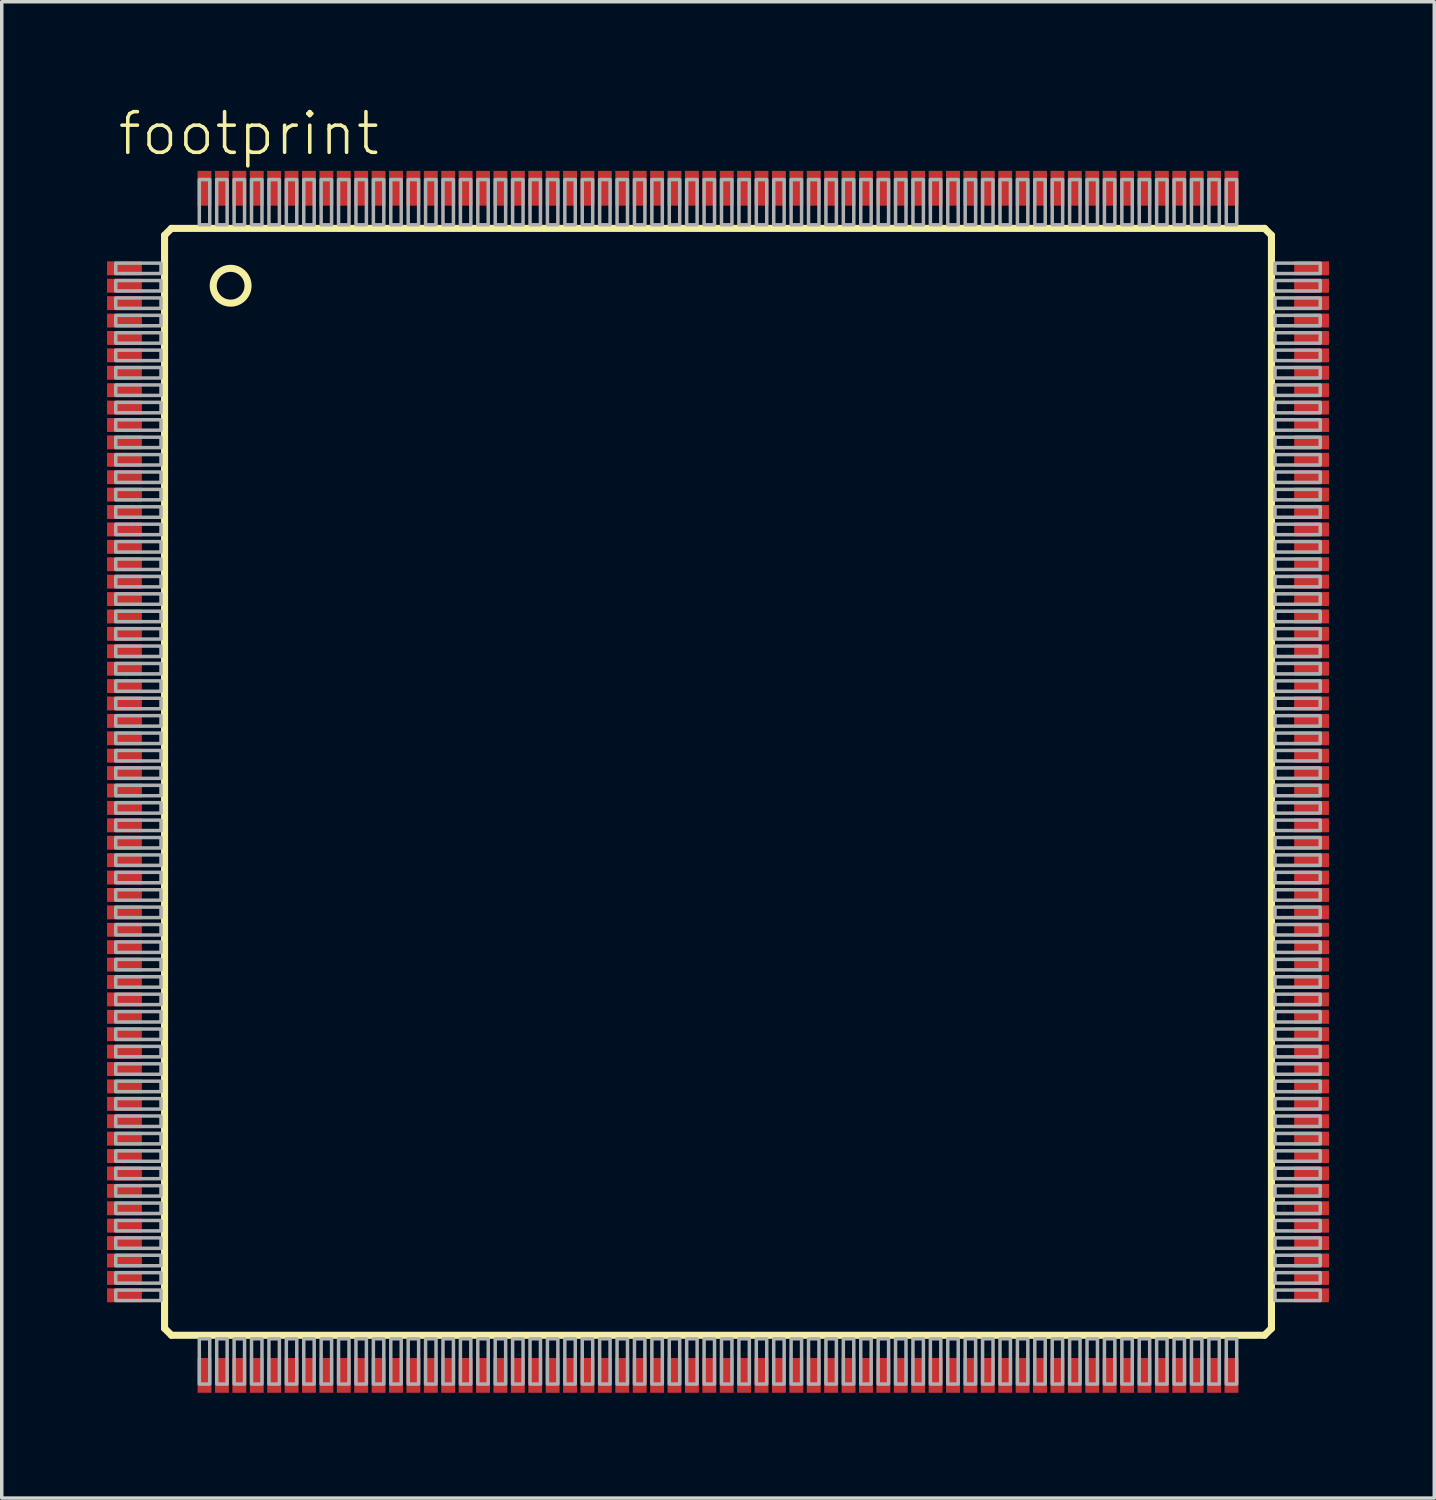
<source format=kicad_pcb>
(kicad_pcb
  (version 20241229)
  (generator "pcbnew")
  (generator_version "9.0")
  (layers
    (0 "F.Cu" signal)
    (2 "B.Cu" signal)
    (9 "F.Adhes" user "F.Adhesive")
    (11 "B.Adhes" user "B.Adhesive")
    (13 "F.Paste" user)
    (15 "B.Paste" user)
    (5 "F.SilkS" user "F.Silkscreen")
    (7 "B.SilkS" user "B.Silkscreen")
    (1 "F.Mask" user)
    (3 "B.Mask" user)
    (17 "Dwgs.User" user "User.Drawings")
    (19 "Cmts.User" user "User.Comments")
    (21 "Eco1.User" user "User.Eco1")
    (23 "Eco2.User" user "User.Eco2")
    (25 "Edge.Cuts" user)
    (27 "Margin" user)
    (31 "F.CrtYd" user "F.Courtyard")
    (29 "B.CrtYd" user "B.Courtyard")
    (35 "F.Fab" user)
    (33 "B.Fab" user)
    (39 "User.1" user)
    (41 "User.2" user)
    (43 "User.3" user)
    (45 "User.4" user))
  (footprint "footprint"
    (layer "F.Cu")
    (at 17.575 19.408)
    (property "Reference" "footprint" (at -17.3 -17.935 0) (layer "F.SilkS") (effects (font (size 1.168 1.168) (thickness 0.102)) (justify left bottom)))
    (fp_poly (pts (xy -17.575 -14.525) (xy -16.525 -14.525) (xy -16.525 -14.975) (xy -17.575 -14.975)) (stroke (width 0) (type solid)) (fill yes) (layer "F.Mask"))
    (fp_poly (pts (xy -17.575 -14.025) (xy -16.525 -14.025) (xy -16.525 -14.475) (xy -17.575 -14.475)) (stroke (width 0) (type solid)) (fill yes) (layer "F.Mask"))
    (fp_poly (pts (xy -17.575 -13.525) (xy -16.525 -13.525) (xy -16.525 -13.975) (xy -17.575 -13.975)) (stroke (width 0) (type solid)) (fill yes) (layer "F.Mask"))
    (fp_poly (pts (xy -17.575 -13.025) (xy -16.525 -13.025) (xy -16.525 -13.475) (xy -17.575 -13.475)) (stroke (width 0) (type solid)) (fill yes) (layer "F.Mask"))
    (fp_poly (pts (xy -17.575 -12.525) (xy -16.525 -12.525) (xy -16.525 -12.975) (xy -17.575 -12.975)) (stroke (width 0) (type solid)) (fill yes) (layer "F.Mask"))
    (fp_poly (pts (xy -17.575 -12.025) (xy -16.525 -12.025) (xy -16.525 -12.475) (xy -17.575 -12.475)) (stroke (width 0) (type solid)) (fill yes) (layer "F.Mask"))
    (fp_poly (pts (xy -17.575 -11.525) (xy -16.525 -11.525) (xy -16.525 -11.975) (xy -17.575 -11.975)) (stroke (width 0) (type solid)) (fill yes) (layer "F.Mask"))
    (fp_poly (pts (xy -17.575 -11.025) (xy -16.525 -11.025) (xy -16.525 -11.475) (xy -17.575 -11.475)) (stroke (width 0) (type solid)) (fill yes) (layer "F.Mask"))
    (fp_poly (pts (xy -17.575 -10.525) (xy -16.525 -10.525) (xy -16.525 -10.975) (xy -17.575 -10.975)) (stroke (width 0) (type solid)) (fill yes) (layer "F.Mask"))
    (fp_poly (pts (xy -17.575 -10.025) (xy -16.525 -10.025) (xy -16.525 -10.475) (xy -17.575 -10.475)) (stroke (width 0) (type solid)) (fill yes) (layer "F.Mask"))
    (fp_poly (pts (xy -17.575 -9.525) (xy -16.525 -9.525) (xy -16.525 -9.975) (xy -17.575 -9.975)) (stroke (width 0) (type solid)) (fill yes) (layer "F.Mask"))
    (fp_poly (pts (xy -17.575 -9.025) (xy -16.525 -9.025) (xy -16.525 -9.475) (xy -17.575 -9.475)) (stroke (width 0) (type solid)) (fill yes) (layer "F.Mask"))
    (fp_poly (pts (xy -17.575 -8.525) (xy -16.525 -8.525) (xy -16.525 -8.975) (xy -17.575 -8.975)) (stroke (width 0) (type solid)) (fill yes) (layer "F.Mask"))
    (fp_poly (pts (xy -17.575 -8.025) (xy -16.525 -8.025) (xy -16.525 -8.475) (xy -17.575 -8.475)) (stroke (width 0) (type solid)) (fill yes) (layer "F.Mask"))
    (fp_poly (pts (xy -17.575 -7.525) (xy -16.525 -7.525) (xy -16.525 -7.975) (xy -17.575 -7.975)) (stroke (width 0) (type solid)) (fill yes) (layer "F.Mask"))
    (fp_poly (pts (xy -17.575 -7.025) (xy -16.525 -7.025) (xy -16.525 -7.475) (xy -17.575 -7.475)) (stroke (width 0) (type solid)) (fill yes) (layer "F.Mask"))
    (fp_poly (pts (xy -17.575 -6.525) (xy -16.525 -6.525) (xy -16.525 -6.975) (xy -17.575 -6.975)) (stroke (width 0) (type solid)) (fill yes) (layer "F.Mask"))
    (fp_poly (pts (xy -17.575 -6.025) (xy -16.525 -6.025) (xy -16.525 -6.475) (xy -17.575 -6.475)) (stroke (width 0) (type solid)) (fill yes) (layer "F.Mask"))
    (fp_poly (pts (xy -17.575 -5.525) (xy -16.525 -5.525) (xy -16.525 -5.975) (xy -17.575 -5.975)) (stroke (width 0) (type solid)) (fill yes) (layer "F.Mask"))
    (fp_poly (pts (xy -17.575 -5.025) (xy -16.525 -5.025) (xy -16.525 -5.475) (xy -17.575 -5.475)) (stroke (width 0) (type solid)) (fill yes) (layer "F.Mask"))
    (fp_poly (pts (xy -17.575 -4.525) (xy -16.525 -4.525) (xy -16.525 -4.975) (xy -17.575 -4.975)) (stroke (width 0) (type solid)) (fill yes) (layer "F.Mask"))
    (fp_poly (pts (xy -17.575 -4.025) (xy -16.525 -4.025) (xy -16.525 -4.475) (xy -17.575 -4.475)) (stroke (width 0) (type solid)) (fill yes) (layer "F.Mask"))
    (fp_poly (pts (xy -17.575 -3.525) (xy -16.525 -3.525) (xy -16.525 -3.975) (xy -17.575 -3.975)) (stroke (width 0) (type solid)) (fill yes) (layer "F.Mask"))
    (fp_poly (pts (xy -17.575 -3.025) (xy -16.525 -3.025) (xy -16.525 -3.475) (xy -17.575 -3.475)) (stroke (width 0) (type solid)) (fill yes) (layer "F.Mask"))
    (fp_poly (pts (xy -17.575 -2.525) (xy -16.525 -2.525) (xy -16.525 -2.975) (xy -17.575 -2.975)) (stroke (width 0) (type solid)) (fill yes) (layer "F.Mask"))
    (fp_poly (pts (xy -17.575 -2.025) (xy -16.525 -2.025) (xy -16.525 -2.475) (xy -17.575 -2.475)) (stroke (width 0) (type solid)) (fill yes) (layer "F.Mask"))
    (fp_poly (pts (xy -17.575 -1.525) (xy -16.525 -1.525) (xy -16.525 -1.975) (xy -17.575 -1.975)) (stroke (width 0) (type solid)) (fill yes) (layer "F.Mask"))
    (fp_poly (pts (xy -17.575 -1.025) (xy -16.525 -1.025) (xy -16.525 -1.475) (xy -17.575 -1.475)) (stroke (width 0) (type solid)) (fill yes) (layer "F.Mask"))
    (fp_poly (pts (xy -17.575 -0.525) (xy -16.525 -0.525) (xy -16.525 -0.975) (xy -17.575 -0.975)) (stroke (width 0) (type solid)) (fill yes) (layer "F.Mask"))
    (fp_poly (pts (xy -17.575 -0.025) (xy -16.525 -0.025) (xy -16.525 -0.475) (xy -17.575 -0.475)) (stroke (width 0) (type solid)) (fill yes) (layer "F.Mask"))
    (fp_poly (pts (xy -17.575 0.475) (xy -16.525 0.475) (xy -16.525 0.025) (xy -17.575 0.025)) (stroke (width 0) (type solid)) (fill yes) (layer "F.Mask"))
    (fp_poly (pts (xy -17.575 0.975) (xy -16.525 0.975) (xy -16.525 0.525) (xy -17.575 0.525)) (stroke (width 0) (type solid)) (fill yes) (layer "F.Mask"))
    (fp_poly (pts (xy -17.575 1.475) (xy -16.525 1.475) (xy -16.525 1.025) (xy -17.575 1.025)) (stroke (width 0) (type solid)) (fill yes) (layer "F.Mask"))
    (fp_poly (pts (xy -17.575 1.975) (xy -16.525 1.975) (xy -16.525 1.525) (xy -17.575 1.525)) (stroke (width 0) (type solid)) (fill yes) (layer "F.Mask"))
    (fp_poly (pts (xy -17.575 2.475) (xy -16.525 2.475) (xy -16.525 2.025) (xy -17.575 2.025)) (stroke (width 0) (type solid)) (fill yes) (layer "F.Mask"))
    (fp_poly (pts (xy -17.575 2.975) (xy -16.525 2.975) (xy -16.525 2.525) (xy -17.575 2.525)) (stroke (width 0) (type solid)) (fill yes) (layer "F.Mask"))
    (fp_poly (pts (xy -17.575 3.475) (xy -16.525 3.475) (xy -16.525 3.025) (xy -17.575 3.025)) (stroke (width 0) (type solid)) (fill yes) (layer "F.Mask"))
    (fp_poly (pts (xy -17.575 3.975) (xy -16.525 3.975) (xy -16.525 3.525) (xy -17.575 3.525)) (stroke (width 0) (type solid)) (fill yes) (layer "F.Mask"))
    (fp_poly (pts (xy -17.575 4.475) (xy -16.525 4.475) (xy -16.525 4.025) (xy -17.575 4.025)) (stroke (width 0) (type solid)) (fill yes) (layer "F.Mask"))
    (fp_poly (pts (xy -17.575 4.975) (xy -16.525 4.975) (xy -16.525 4.525) (xy -17.575 4.525)) (stroke (width 0) (type solid)) (fill yes) (layer "F.Mask"))
    (fp_poly (pts (xy -17.575 5.475) (xy -16.525 5.475) (xy -16.525 5.025) (xy -17.575 5.025)) (stroke (width 0) (type solid)) (fill yes) (layer "F.Mask"))
    (fp_poly (pts (xy -17.575 5.975) (xy -16.525 5.975) (xy -16.525 5.525) (xy -17.575 5.525)) (stroke (width 0) (type solid)) (fill yes) (layer "F.Mask"))
    (fp_poly (pts (xy -17.575 6.475) (xy -16.525 6.475) (xy -16.525 6.025) (xy -17.575 6.025)) (stroke (width 0) (type solid)) (fill yes) (layer "F.Mask"))
    (fp_poly (pts (xy -17.575 6.975) (xy -16.525 6.975) (xy -16.525 6.525) (xy -17.575 6.525)) (stroke (width 0) (type solid)) (fill yes) (layer "F.Mask"))
    (fp_poly (pts (xy -17.575 7.475) (xy -16.525 7.475) (xy -16.525 7.025) (xy -17.575 7.025)) (stroke (width 0) (type solid)) (fill yes) (layer "F.Mask"))
    (fp_poly (pts (xy -17.575 7.975) (xy -16.525 7.975) (xy -16.525 7.525) (xy -17.575 7.525)) (stroke (width 0) (type solid)) (fill yes) (layer "F.Mask"))
    (fp_poly (pts (xy -17.575 8.475) (xy -16.525 8.475) (xy -16.525 8.025) (xy -17.575 8.025)) (stroke (width 0) (type solid)) (fill yes) (layer "F.Mask"))
    (fp_poly (pts (xy -17.575 8.975) (xy -16.525 8.975) (xy -16.525 8.525) (xy -17.575 8.525)) (stroke (width 0) (type solid)) (fill yes) (layer "F.Mask"))
    (fp_poly (pts (xy -17.575 9.475) (xy -16.525 9.475) (xy -16.525 9.025) (xy -17.575 9.025)) (stroke (width 0) (type solid)) (fill yes) (layer "F.Mask"))
    (fp_poly (pts (xy -17.575 9.975) (xy -16.525 9.975) (xy -16.525 9.525) (xy -17.575 9.525)) (stroke (width 0) (type solid)) (fill yes) (layer "F.Mask"))
    (fp_poly (pts (xy -17.575 10.475) (xy -16.525 10.475) (xy -16.525 10.025) (xy -17.575 10.025)) (stroke (width 0) (type solid)) (fill yes) (layer "F.Mask"))
    (fp_poly (pts (xy -17.575 10.975) (xy -16.525 10.975) (xy -16.525 10.525) (xy -17.575 10.525)) (stroke (width 0) (type solid)) (fill yes) (layer "F.Mask"))
    (fp_poly (pts (xy -17.575 11.475) (xy -16.525 11.475) (xy -16.525 11.025) (xy -17.575 11.025)) (stroke (width 0) (type solid)) (fill yes) (layer "F.Mask"))
    (fp_poly (pts (xy -17.575 11.975) (xy -16.525 11.975) (xy -16.525 11.525) (xy -17.575 11.525)) (stroke (width 0) (type solid)) (fill yes) (layer "F.Mask"))
    (fp_poly (pts (xy -17.575 12.475) (xy -16.525 12.475) (xy -16.525 12.025) (xy -17.575 12.025)) (stroke (width 0) (type solid)) (fill yes) (layer "F.Mask"))
    (fp_poly (pts (xy -17.575 12.975) (xy -16.525 12.975) (xy -16.525 12.525) (xy -17.575 12.525)) (stroke (width 0) (type solid)) (fill yes) (layer "F.Mask"))
    (fp_poly (pts (xy -17.575 13.475) (xy -16.525 13.475) (xy -16.525 13.025) (xy -17.575 13.025)) (stroke (width 0) (type solid)) (fill yes) (layer "F.Mask"))
    (fp_poly (pts (xy -17.575 13.975) (xy -16.525 13.975) (xy -16.525 13.525) (xy -17.575 13.525)) (stroke (width 0) (type solid)) (fill yes) (layer "F.Mask"))
    (fp_poly (pts (xy -17.575 14.475) (xy -16.525 14.475) (xy -16.525 14.025) (xy -17.575 14.025)) (stroke (width 0) (type solid)) (fill yes) (layer "F.Mask"))
    (fp_poly (pts (xy -17.575 14.975) (xy -16.525 14.975) (xy -16.525 14.525) (xy -17.575 14.525)) (stroke (width 0) (type solid)) (fill yes) (layer "F.Mask"))
    (fp_poly (pts (xy -14.975 -17.575) (xy -14.975 -16.525) (xy -14.525 -16.525) (xy -14.525 -17.575)) (stroke (width 0) (type solid)) (fill yes) (layer "F.Mask"))
    (fp_poly (pts (xy -14.525 17.575) (xy -14.525 16.525) (xy -14.975 16.525) (xy -14.975 17.575)) (stroke (width 0) (type solid)) (fill yes) (layer "F.Mask"))
    (fp_poly (pts (xy -14.475 -17.575) (xy -14.475 -16.525) (xy -14.025 -16.525) (xy -14.025 -17.575)) (stroke (width 0) (type solid)) (fill yes) (layer "F.Mask"))
    (fp_poly (pts (xy -14.025 17.575) (xy -14.025 16.525) (xy -14.475 16.525) (xy -14.475 17.575)) (stroke (width 0) (type solid)) (fill yes) (layer "F.Mask"))
    (fp_poly (pts (xy -13.975 -17.575) (xy -13.975 -16.525) (xy -13.525 -16.525) (xy -13.525 -17.575)) (stroke (width 0) (type solid)) (fill yes) (layer "F.Mask"))
    (fp_poly (pts (xy -13.525 17.575) (xy -13.525 16.525) (xy -13.975 16.525) (xy -13.975 17.575)) (stroke (width 0) (type solid)) (fill yes) (layer "F.Mask"))
    (fp_poly (pts (xy -13.475 -17.575) (xy -13.475 -16.525) (xy -13.025 -16.525) (xy -13.025 -17.575)) (stroke (width 0) (type solid)) (fill yes) (layer "F.Mask"))
    (fp_poly (pts (xy -13.025 17.575) (xy -13.025 16.525) (xy -13.475 16.525) (xy -13.475 17.575)) (stroke (width 0) (type solid)) (fill yes) (layer "F.Mask"))
    (fp_poly (pts (xy -12.975 -17.575) (xy -12.975 -16.525) (xy -12.525 -16.525) (xy -12.525 -17.575)) (stroke (width 0) (type solid)) (fill yes) (layer "F.Mask"))
    (fp_poly (pts (xy -12.525 17.575) (xy -12.525 16.525) (xy -12.975 16.525) (xy -12.975 17.575)) (stroke (width 0) (type solid)) (fill yes) (layer "F.Mask"))
    (fp_poly (pts (xy -12.475 -17.575) (xy -12.475 -16.525) (xy -12.025 -16.525) (xy -12.025 -17.575)) (stroke (width 0) (type solid)) (fill yes) (layer "F.Mask"))
    (fp_poly (pts (xy -12.025 17.575) (xy -12.025 16.525) (xy -12.475 16.525) (xy -12.475 17.575)) (stroke (width 0) (type solid)) (fill yes) (layer "F.Mask"))
    (fp_poly (pts (xy -11.975 -17.575) (xy -11.975 -16.525) (xy -11.525 -16.525) (xy -11.525 -17.575)) (stroke (width 0) (type solid)) (fill yes) (layer "F.Mask"))
    (fp_poly (pts (xy -11.525 17.575) (xy -11.525 16.525) (xy -11.975 16.525) (xy -11.975 17.575)) (stroke (width 0) (type solid)) (fill yes) (layer "F.Mask"))
    (fp_poly (pts (xy -11.475 -17.575) (xy -11.475 -16.525) (xy -11.025 -16.525) (xy -11.025 -17.575)) (stroke (width 0) (type solid)) (fill yes) (layer "F.Mask"))
    (fp_poly (pts (xy -11.025 17.575) (xy -11.025 16.525) (xy -11.475 16.525) (xy -11.475 17.575)) (stroke (width 0) (type solid)) (fill yes) (layer "F.Mask"))
    (fp_poly (pts (xy -10.975 -17.575) (xy -10.975 -16.525) (xy -10.525 -16.525) (xy -10.525 -17.575)) (stroke (width 0) (type solid)) (fill yes) (layer "F.Mask"))
    (fp_poly (pts (xy -10.525 17.575) (xy -10.525 16.525) (xy -10.975 16.525) (xy -10.975 17.575)) (stroke (width 0) (type solid)) (fill yes) (layer "F.Mask"))
    (fp_poly (pts (xy -10.475 -17.575) (xy -10.475 -16.525) (xy -10.025 -16.525) (xy -10.025 -17.575)) (stroke (width 0) (type solid)) (fill yes) (layer "F.Mask"))
    (fp_poly (pts (xy -10.025 17.575) (xy -10.025 16.525) (xy -10.475 16.525) (xy -10.475 17.575)) (stroke (width 0) (type solid)) (fill yes) (layer "F.Mask"))
    (fp_poly (pts (xy -9.975 -17.575) (xy -9.975 -16.525) (xy -9.525 -16.525) (xy -9.525 -17.575)) (stroke (width 0) (type solid)) (fill yes) (layer "F.Mask"))
    (fp_poly (pts (xy -9.525 17.575) (xy -9.525 16.525) (xy -9.975 16.525) (xy -9.975 17.575)) (stroke (width 0) (type solid)) (fill yes) (layer "F.Mask"))
    (fp_poly (pts (xy -9.475 -17.575) (xy -9.475 -16.525) (xy -9.025 -16.525) (xy -9.025 -17.575)) (stroke (width 0) (type solid)) (fill yes) (layer "F.Mask"))
    (fp_poly (pts (xy -9.025 17.575) (xy -9.025 16.525) (xy -9.475 16.525) (xy -9.475 17.575)) (stroke (width 0) (type solid)) (fill yes) (layer "F.Mask"))
    (fp_poly (pts (xy -8.975 -17.575) (xy -8.975 -16.525) (xy -8.525 -16.525) (xy -8.525 -17.575)) (stroke (width 0) (type solid)) (fill yes) (layer "F.Mask"))
    (fp_poly (pts (xy -8.525 17.575) (xy -8.525 16.525) (xy -8.975 16.525) (xy -8.975 17.575)) (stroke (width 0) (type solid)) (fill yes) (layer "F.Mask"))
    (fp_poly (pts (xy -8.475 -17.575) (xy -8.475 -16.525) (xy -8.025 -16.525) (xy -8.025 -17.575)) (stroke (width 0) (type solid)) (fill yes) (layer "F.Mask"))
    (fp_poly (pts (xy -8.025 17.575) (xy -8.025 16.525) (xy -8.475 16.525) (xy -8.475 17.575)) (stroke (width 0) (type solid)) (fill yes) (layer "F.Mask"))
    (fp_poly (pts (xy -7.975 -17.575) (xy -7.975 -16.525) (xy -7.525 -16.525) (xy -7.525 -17.575)) (stroke (width 0) (type solid)) (fill yes) (layer "F.Mask"))
    (fp_poly (pts (xy -7.525 17.575) (xy -7.525 16.525) (xy -7.975 16.525) (xy -7.975 17.575)) (stroke (width 0) (type solid)) (fill yes) (layer "F.Mask"))
    (fp_poly (pts (xy -7.475 -17.575) (xy -7.475 -16.525) (xy -7.025 -16.525) (xy -7.025 -17.575)) (stroke (width 0) (type solid)) (fill yes) (layer "F.Mask"))
    (fp_poly (pts (xy -7.025 17.575) (xy -7.025 16.525) (xy -7.475 16.525) (xy -7.475 17.575)) (stroke (width 0) (type solid)) (fill yes) (layer "F.Mask"))
    (fp_poly (pts (xy -6.975 -17.575) (xy -6.975 -16.525) (xy -6.525 -16.525) (xy -6.525 -17.575)) (stroke (width 0) (type solid)) (fill yes) (layer "F.Mask"))
    (fp_poly (pts (xy -6.525 17.575) (xy -6.525 16.525) (xy -6.975 16.525) (xy -6.975 17.575)) (stroke (width 0) (type solid)) (fill yes) (layer "F.Mask"))
    (fp_poly (pts (xy -6.475 -17.575) (xy -6.475 -16.525) (xy -6.025 -16.525) (xy -6.025 -17.575)) (stroke (width 0) (type solid)) (fill yes) (layer "F.Mask"))
    (fp_poly (pts (xy -6.025 17.575) (xy -6.025 16.525) (xy -6.475 16.525) (xy -6.475 17.575)) (stroke (width 0) (type solid)) (fill yes) (layer "F.Mask"))
    (fp_poly (pts (xy -5.975 -17.575) (xy -5.975 -16.525) (xy -5.525 -16.525) (xy -5.525 -17.575)) (stroke (width 0) (type solid)) (fill yes) (layer "F.Mask"))
    (fp_poly (pts (xy -5.525 17.575) (xy -5.525 16.525) (xy -5.975 16.525) (xy -5.975 17.575)) (stroke (width 0) (type solid)) (fill yes) (layer "F.Mask"))
    (fp_poly (pts (xy -5.475 -17.575) (xy -5.475 -16.525) (xy -5.025 -16.525) (xy -5.025 -17.575)) (stroke (width 0) (type solid)) (fill yes) (layer "F.Mask"))
    (fp_poly (pts (xy -5.025 17.575) (xy -5.025 16.525) (xy -5.475 16.525) (xy -5.475 17.575)) (stroke (width 0) (type solid)) (fill yes) (layer "F.Mask"))
    (fp_poly (pts (xy -4.975 -17.575) (xy -4.975 -16.525) (xy -4.525 -16.525) (xy -4.525 -17.575)) (stroke (width 0) (type solid)) (fill yes) (layer "F.Mask"))
    (fp_poly (pts (xy -4.525 17.575) (xy -4.525 16.525) (xy -4.975 16.525) (xy -4.975 17.575)) (stroke (width 0) (type solid)) (fill yes) (layer "F.Mask"))
    (fp_poly (pts (xy -4.475 -17.575) (xy -4.475 -16.525) (xy -4.025 -16.525) (xy -4.025 -17.575)) (stroke (width 0) (type solid)) (fill yes) (layer "F.Mask"))
    (fp_poly (pts (xy -4.025 17.575) (xy -4.025 16.525) (xy -4.475 16.525) (xy -4.475 17.575)) (stroke (width 0) (type solid)) (fill yes) (layer "F.Mask"))
    (fp_poly (pts (xy -3.975 -17.575) (xy -3.975 -16.525) (xy -3.525 -16.525) (xy -3.525 -17.575)) (stroke (width 0) (type solid)) (fill yes) (layer "F.Mask"))
    (fp_poly (pts (xy -3.525 17.575) (xy -3.525 16.525) (xy -3.975 16.525) (xy -3.975 17.575)) (stroke (width 0) (type solid)) (fill yes) (layer "F.Mask"))
    (fp_poly (pts (xy -3.475 -17.575) (xy -3.475 -16.525) (xy -3.025 -16.525) (xy -3.025 -17.575)) (stroke (width 0) (type solid)) (fill yes) (layer "F.Mask"))
    (fp_poly (pts (xy -3.025 17.575) (xy -3.025 16.525) (xy -3.475 16.525) (xy -3.475 17.575)) (stroke (width 0) (type solid)) (fill yes) (layer "F.Mask"))
    (fp_poly (pts (xy -2.975 -17.575) (xy -2.975 -16.525) (xy -2.525 -16.525) (xy -2.525 -17.575)) (stroke (width 0) (type solid)) (fill yes) (layer "F.Mask"))
    (fp_poly (pts (xy -2.525 17.575) (xy -2.525 16.525) (xy -2.975 16.525) (xy -2.975 17.575)) (stroke (width 0) (type solid)) (fill yes) (layer "F.Mask"))
    (fp_poly (pts (xy -2.475 -17.575) (xy -2.475 -16.525) (xy -2.025 -16.525) (xy -2.025 -17.575)) (stroke (width 0) (type solid)) (fill yes) (layer "F.Mask"))
    (fp_poly (pts (xy -2.025 17.575) (xy -2.025 16.525) (xy -2.475 16.525) (xy -2.475 17.575)) (stroke (width 0) (type solid)) (fill yes) (layer "F.Mask"))
    (fp_poly (pts (xy -1.975 -17.575) (xy -1.975 -16.525) (xy -1.525 -16.525) (xy -1.525 -17.575)) (stroke (width 0) (type solid)) (fill yes) (layer "F.Mask"))
    (fp_poly (pts (xy -1.525 17.575) (xy -1.525 16.525) (xy -1.975 16.525) (xy -1.975 17.575)) (stroke (width 0) (type solid)) (fill yes) (layer "F.Mask"))
    (fp_poly (pts (xy -1.475 -17.575) (xy -1.475 -16.525) (xy -1.025 -16.525) (xy -1.025 -17.575)) (stroke (width 0) (type solid)) (fill yes) (layer "F.Mask"))
    (fp_poly (pts (xy -1.025 17.575) (xy -1.025 16.525) (xy -1.475 16.525) (xy -1.475 17.575)) (stroke (width 0) (type solid)) (fill yes) (layer "F.Mask"))
    (fp_poly (pts (xy -0.975 -17.575) (xy -0.975 -16.525) (xy -0.525 -16.525) (xy -0.525 -17.575)) (stroke (width 0) (type solid)) (fill yes) (layer "F.Mask"))
    (fp_poly (pts (xy -0.525 17.575) (xy -0.525 16.525) (xy -0.975 16.525) (xy -0.975 17.575)) (stroke (width 0) (type solid)) (fill yes) (layer "F.Mask"))
    (fp_poly (pts (xy -0.475 -17.575) (xy -0.475 -16.525) (xy -0.025 -16.525) (xy -0.025 -17.575)) (stroke (width 0) (type solid)) (fill yes) (layer "F.Mask"))
    (fp_poly (pts (xy -0.025 17.575) (xy -0.025 16.525) (xy -0.475 16.525) (xy -0.475 17.575)) (stroke (width 0) (type solid)) (fill yes) (layer "F.Mask"))
    (fp_poly (pts (xy 0.025 -17.575) (xy 0.025 -16.525) (xy 0.475 -16.525) (xy 0.475 -17.575)) (stroke (width 0) (type solid)) (fill yes) (layer "F.Mask"))
    (fp_poly (pts (xy 0.475 17.575) (xy 0.475 16.525) (xy 0.025 16.525) (xy 0.025 17.575)) (stroke (width 0) (type solid)) (fill yes) (layer "F.Mask"))
    (fp_poly (pts (xy 0.525 -17.575) (xy 0.525 -16.525) (xy 0.975 -16.525) (xy 0.975 -17.575)) (stroke (width 0) (type solid)) (fill yes) (layer "F.Mask"))
    (fp_poly (pts (xy 0.975 17.575) (xy 0.975 16.525) (xy 0.525 16.525) (xy 0.525 17.575)) (stroke (width 0) (type solid)) (fill yes) (layer "F.Mask"))
    (fp_poly (pts (xy 1.025 -17.575) (xy 1.025 -16.525) (xy 1.475 -16.525) (xy 1.475 -17.575)) (stroke (width 0) (type solid)) (fill yes) (layer "F.Mask"))
    (fp_poly (pts (xy 1.475 17.575) (xy 1.475 16.525) (xy 1.025 16.525) (xy 1.025 17.575)) (stroke (width 0) (type solid)) (fill yes) (layer "F.Mask"))
    (fp_poly (pts (xy 1.525 -17.575) (xy 1.525 -16.525) (xy 1.975 -16.525) (xy 1.975 -17.575)) (stroke (width 0) (type solid)) (fill yes) (layer "F.Mask"))
    (fp_poly (pts (xy 1.975 17.575) (xy 1.975 16.525) (xy 1.525 16.525) (xy 1.525 17.575)) (stroke (width 0) (type solid)) (fill yes) (layer "F.Mask"))
    (fp_poly (pts (xy 2.025 -17.575) (xy 2.025 -16.525) (xy 2.475 -16.525) (xy 2.475 -17.575)) (stroke (width 0) (type solid)) (fill yes) (layer "F.Mask"))
    (fp_poly (pts (xy 2.475 17.575) (xy 2.475 16.525) (xy 2.025 16.525) (xy 2.025 17.575)) (stroke (width 0) (type solid)) (fill yes) (layer "F.Mask"))
    (fp_poly (pts (xy 2.525 -17.575) (xy 2.525 -16.525) (xy 2.975 -16.525) (xy 2.975 -17.575)) (stroke (width 0) (type solid)) (fill yes) (layer "F.Mask"))
    (fp_poly (pts (xy 2.975 17.575) (xy 2.975 16.525) (xy 2.525 16.525) (xy 2.525 17.575)) (stroke (width 0) (type solid)) (fill yes) (layer "F.Mask"))
    (fp_poly (pts (xy 3.025 -17.575) (xy 3.025 -16.525) (xy 3.475 -16.525) (xy 3.475 -17.575)) (stroke (width 0) (type solid)) (fill yes) (layer "F.Mask"))
    (fp_poly (pts (xy 3.475 17.575) (xy 3.475 16.525) (xy 3.025 16.525) (xy 3.025 17.575)) (stroke (width 0) (type solid)) (fill yes) (layer "F.Mask"))
    (fp_poly (pts (xy 3.525 -17.575) (xy 3.525 -16.525) (xy 3.975 -16.525) (xy 3.975 -17.575)) (stroke (width 0) (type solid)) (fill yes) (layer "F.Mask"))
    (fp_poly (pts (xy 3.975 17.575) (xy 3.975 16.525) (xy 3.525 16.525) (xy 3.525 17.575)) (stroke (width 0) (type solid)) (fill yes) (layer "F.Mask"))
    (fp_poly (pts (xy 4.025 -17.575) (xy 4.025 -16.525) (xy 4.475 -16.525) (xy 4.475 -17.575)) (stroke (width 0) (type solid)) (fill yes) (layer "F.Mask"))
    (fp_poly (pts (xy 4.475 17.575) (xy 4.475 16.525) (xy 4.025 16.525) (xy 4.025 17.575)) (stroke (width 0) (type solid)) (fill yes) (layer "F.Mask"))
    (fp_poly (pts (xy 4.525 -17.575) (xy 4.525 -16.525) (xy 4.975 -16.525) (xy 4.975 -17.575)) (stroke (width 0) (type solid)) (fill yes) (layer "F.Mask"))
    (fp_poly (pts (xy 4.975 17.575) (xy 4.975 16.525) (xy 4.525 16.525) (xy 4.525 17.575)) (stroke (width 0) (type solid)) (fill yes) (layer "F.Mask"))
    (fp_poly (pts (xy 5.025 -17.575) (xy 5.025 -16.525) (xy 5.475 -16.525) (xy 5.475 -17.575)) (stroke (width 0) (type solid)) (fill yes) (layer "F.Mask"))
    (fp_poly (pts (xy 5.475 17.575) (xy 5.475 16.525) (xy 5.025 16.525) (xy 5.025 17.575)) (stroke (width 0) (type solid)) (fill yes) (layer "F.Mask"))
    (fp_poly (pts (xy 5.525 -17.575) (xy 5.525 -16.525) (xy 5.975 -16.525) (xy 5.975 -17.575)) (stroke (width 0) (type solid)) (fill yes) (layer "F.Mask"))
    (fp_poly (pts (xy 5.975 17.575) (xy 5.975 16.525) (xy 5.525 16.525) (xy 5.525 17.575)) (stroke (width 0) (type solid)) (fill yes) (layer "F.Mask"))
    (fp_poly (pts (xy 6.025 -17.575) (xy 6.025 -16.525) (xy 6.475 -16.525) (xy 6.475 -17.575)) (stroke (width 0) (type solid)) (fill yes) (layer "F.Mask"))
    (fp_poly (pts (xy 6.475 17.575) (xy 6.475 16.525) (xy 6.025 16.525) (xy 6.025 17.575)) (stroke (width 0) (type solid)) (fill yes) (layer "F.Mask"))
    (fp_poly (pts (xy 6.525 -17.575) (xy 6.525 -16.525) (xy 6.975 -16.525) (xy 6.975 -17.575)) (stroke (width 0) (type solid)) (fill yes) (layer "F.Mask"))
    (fp_poly (pts (xy 6.975 17.575) (xy 6.975 16.525) (xy 6.525 16.525) (xy 6.525 17.575)) (stroke (width 0) (type solid)) (fill yes) (layer "F.Mask"))
    (fp_poly (pts (xy 7.025 -17.575) (xy 7.025 -16.525) (xy 7.475 -16.525) (xy 7.475 -17.575)) (stroke (width 0) (type solid)) (fill yes) (layer "F.Mask"))
    (fp_poly (pts (xy 7.475 17.575) (xy 7.475 16.525) (xy 7.025 16.525) (xy 7.025 17.575)) (stroke (width 0) (type solid)) (fill yes) (layer "F.Mask"))
    (fp_poly (pts (xy 7.525 -17.575) (xy 7.525 -16.525) (xy 7.975 -16.525) (xy 7.975 -17.575)) (stroke (width 0) (type solid)) (fill yes) (layer "F.Mask"))
    (fp_poly (pts (xy 7.975 17.575) (xy 7.975 16.525) (xy 7.525 16.525) (xy 7.525 17.575)) (stroke (width 0) (type solid)) (fill yes) (layer "F.Mask"))
    (fp_poly (pts (xy 8.025 -17.575) (xy 8.025 -16.525) (xy 8.475 -16.525) (xy 8.475 -17.575)) (stroke (width 0) (type solid)) (fill yes) (layer "F.Mask"))
    (fp_poly (pts (xy 8.475 17.575) (xy 8.475 16.525) (xy 8.025 16.525) (xy 8.025 17.575)) (stroke (width 0) (type solid)) (fill yes) (layer "F.Mask"))
    (fp_poly (pts (xy 8.525 -17.575) (xy 8.525 -16.525) (xy 8.975 -16.525) (xy 8.975 -17.575)) (stroke (width 0) (type solid)) (fill yes) (layer "F.Mask"))
    (fp_poly (pts (xy 8.975 17.575) (xy 8.975 16.525) (xy 8.525 16.525) (xy 8.525 17.575)) (stroke (width 0) (type solid)) (fill yes) (layer "F.Mask"))
    (fp_poly (pts (xy 9.025 -17.575) (xy 9.025 -16.525) (xy 9.475 -16.525) (xy 9.475 -17.575)) (stroke (width 0) (type solid)) (fill yes) (layer "F.Mask"))
    (fp_poly (pts (xy 9.475 17.575) (xy 9.475 16.525) (xy 9.025 16.525) (xy 9.025 17.575)) (stroke (width 0) (type solid)) (fill yes) (layer "F.Mask"))
    (fp_poly (pts (xy 9.525 -17.575) (xy 9.525 -16.525) (xy 9.975 -16.525) (xy 9.975 -17.575)) (stroke (width 0) (type solid)) (fill yes) (layer "F.Mask"))
    (fp_poly (pts (xy 9.975 17.575) (xy 9.975 16.525) (xy 9.525 16.525) (xy 9.525 17.575)) (stroke (width 0) (type solid)) (fill yes) (layer "F.Mask"))
    (fp_poly (pts (xy 10.025 -17.575) (xy 10.025 -16.525) (xy 10.475 -16.525) (xy 10.475 -17.575)) (stroke (width 0) (type solid)) (fill yes) (layer "F.Mask"))
    (fp_poly (pts (xy 10.475 17.575) (xy 10.475 16.525) (xy 10.025 16.525) (xy 10.025 17.575)) (stroke (width 0) (type solid)) (fill yes) (layer "F.Mask"))
    (fp_poly (pts (xy 10.525 -17.575) (xy 10.525 -16.525) (xy 10.975 -16.525) (xy 10.975 -17.575)) (stroke (width 0) (type solid)) (fill yes) (layer "F.Mask"))
    (fp_poly (pts (xy 10.975 17.575) (xy 10.975 16.525) (xy 10.525 16.525) (xy 10.525 17.575)) (stroke (width 0) (type solid)) (fill yes) (layer "F.Mask"))
    (fp_poly (pts (xy 11.025 -17.575) (xy 11.025 -16.525) (xy 11.475 -16.525) (xy 11.475 -17.575)) (stroke (width 0) (type solid)) (fill yes) (layer "F.Mask"))
    (fp_poly (pts (xy 11.475 17.575) (xy 11.475 16.525) (xy 11.025 16.525) (xy 11.025 17.575)) (stroke (width 0) (type solid)) (fill yes) (layer "F.Mask"))
    (fp_poly (pts (xy 11.525 -17.575) (xy 11.525 -16.525) (xy 11.975 -16.525) (xy 11.975 -17.575)) (stroke (width 0) (type solid)) (fill yes) (layer "F.Mask"))
    (fp_poly (pts (xy 11.975 17.575) (xy 11.975 16.525) (xy 11.525 16.525) (xy 11.525 17.575)) (stroke (width 0) (type solid)) (fill yes) (layer "F.Mask"))
    (fp_poly (pts (xy 12.025 -17.575) (xy 12.025 -16.525) (xy 12.475 -16.525) (xy 12.475 -17.575)) (stroke (width 0) (type solid)) (fill yes) (layer "F.Mask"))
    (fp_poly (pts (xy 12.475 17.575) (xy 12.475 16.525) (xy 12.025 16.525) (xy 12.025 17.575)) (stroke (width 0) (type solid)) (fill yes) (layer "F.Mask"))
    (fp_poly (pts (xy 12.525 -17.575) (xy 12.525 -16.525) (xy 12.975 -16.525) (xy 12.975 -17.575)) (stroke (width 0) (type solid)) (fill yes) (layer "F.Mask"))
    (fp_poly (pts (xy 12.975 17.575) (xy 12.975 16.525) (xy 12.525 16.525) (xy 12.525 17.575)) (stroke (width 0) (type solid)) (fill yes) (layer "F.Mask"))
    (fp_poly (pts (xy 13.025 -17.575) (xy 13.025 -16.525) (xy 13.475 -16.525) (xy 13.475 -17.575)) (stroke (width 0) (type solid)) (fill yes) (layer "F.Mask"))
    (fp_poly (pts (xy 13.475 17.575) (xy 13.475 16.525) (xy 13.025 16.525) (xy 13.025 17.575)) (stroke (width 0) (type solid)) (fill yes) (layer "F.Mask"))
    (fp_poly (pts (xy 13.525 -17.575) (xy 13.525 -16.525) (xy 13.975 -16.525) (xy 13.975 -17.575)) (stroke (width 0) (type solid)) (fill yes) (layer "F.Mask"))
    (fp_poly (pts (xy 13.975 17.575) (xy 13.975 16.525) (xy 13.525 16.525) (xy 13.525 17.575)) (stroke (width 0) (type solid)) (fill yes) (layer "F.Mask"))
    (fp_poly (pts (xy 14.025 -17.575) (xy 14.025 -16.525) (xy 14.475 -16.525) (xy 14.475 -17.575)) (stroke (width 0) (type solid)) (fill yes) (layer "F.Mask"))
    (fp_poly (pts (xy 14.475 17.575) (xy 14.475 16.525) (xy 14.025 16.525) (xy 14.025 17.575)) (stroke (width 0) (type solid)) (fill yes) (layer "F.Mask"))
    (fp_poly (pts (xy 14.525 -17.575) (xy 14.525 -16.525) (xy 14.975 -16.525) (xy 14.975 -17.575)) (stroke (width 0) (type solid)) (fill yes) (layer "F.Mask"))
    (fp_poly (pts (xy 14.975 17.575) (xy 14.975 16.525) (xy 14.525 16.525) (xy 14.525 17.575)) (stroke (width 0) (type solid)) (fill yes) (layer "F.Mask"))
    (fp_poly (pts (xy 17.575 -14.975) (xy 16.525 -14.975) (xy 16.525 -14.525) (xy 17.575 -14.525)) (stroke (width 0) (type solid)) (fill yes) (layer "F.Mask"))
    (fp_poly (pts (xy 17.575 -14.475) (xy 16.525 -14.475) (xy 16.525 -14.025) (xy 17.575 -14.025)) (stroke (width 0) (type solid)) (fill yes) (layer "F.Mask"))
    (fp_poly (pts (xy 17.575 -13.975) (xy 16.525 -13.975) (xy 16.525 -13.525) (xy 17.575 -13.525)) (stroke (width 0) (type solid)) (fill yes) (layer "F.Mask"))
    (fp_poly (pts (xy 17.575 -13.475) (xy 16.525 -13.475) (xy 16.525 -13.025) (xy 17.575 -13.025)) (stroke (width 0) (type solid)) (fill yes) (layer "F.Mask"))
    (fp_poly (pts (xy 17.575 -12.975) (xy 16.525 -12.975) (xy 16.525 -12.525) (xy 17.575 -12.525)) (stroke (width 0) (type solid)) (fill yes) (layer "F.Mask"))
    (fp_poly (pts (xy 17.575 -12.475) (xy 16.525 -12.475) (xy 16.525 -12.025) (xy 17.575 -12.025)) (stroke (width 0) (type solid)) (fill yes) (layer "F.Mask"))
    (fp_poly (pts (xy 17.575 -11.975) (xy 16.525 -11.975) (xy 16.525 -11.525) (xy 17.575 -11.525)) (stroke (width 0) (type solid)) (fill yes) (layer "F.Mask"))
    (fp_poly (pts (xy 17.575 -11.475) (xy 16.525 -11.475) (xy 16.525 -11.025) (xy 17.575 -11.025)) (stroke (width 0) (type solid)) (fill yes) (layer "F.Mask"))
    (fp_poly (pts (xy 17.575 -10.975) (xy 16.525 -10.975) (xy 16.525 -10.525) (xy 17.575 -10.525)) (stroke (width 0) (type solid)) (fill yes) (layer "F.Mask"))
    (fp_poly (pts (xy 17.575 -10.475) (xy 16.525 -10.475) (xy 16.525 -10.025) (xy 17.575 -10.025)) (stroke (width 0) (type solid)) (fill yes) (layer "F.Mask"))
    (fp_poly (pts (xy 17.575 -9.975) (xy 16.525 -9.975) (xy 16.525 -9.525) (xy 17.575 -9.525)) (stroke (width 0) (type solid)) (fill yes) (layer "F.Mask"))
    (fp_poly (pts (xy 17.575 -9.475) (xy 16.525 -9.475) (xy 16.525 -9.025) (xy 17.575 -9.025)) (stroke (width 0) (type solid)) (fill yes) (layer "F.Mask"))
    (fp_poly (pts (xy 17.575 -8.975) (xy 16.525 -8.975) (xy 16.525 -8.525) (xy 17.575 -8.525)) (stroke (width 0) (type solid)) (fill yes) (layer "F.Mask"))
    (fp_poly (pts (xy 17.575 -8.475) (xy 16.525 -8.475) (xy 16.525 -8.025) (xy 17.575 -8.025)) (stroke (width 0) (type solid)) (fill yes) (layer "F.Mask"))
    (fp_poly (pts (xy 17.575 -7.975) (xy 16.525 -7.975) (xy 16.525 -7.525) (xy 17.575 -7.525)) (stroke (width 0) (type solid)) (fill yes) (layer "F.Mask"))
    (fp_poly (pts (xy 17.575 -7.475) (xy 16.525 -7.475) (xy 16.525 -7.025) (xy 17.575 -7.025)) (stroke (width 0) (type solid)) (fill yes) (layer "F.Mask"))
    (fp_poly (pts (xy 17.575 -6.975) (xy 16.525 -6.975) (xy 16.525 -6.525) (xy 17.575 -6.525)) (stroke (width 0) (type solid)) (fill yes) (layer "F.Mask"))
    (fp_poly (pts (xy 17.575 -6.475) (xy 16.525 -6.475) (xy 16.525 -6.025) (xy 17.575 -6.025)) (stroke (width 0) (type solid)) (fill yes) (layer "F.Mask"))
    (fp_poly (pts (xy 17.575 -5.975) (xy 16.525 -5.975) (xy 16.525 -5.525) (xy 17.575 -5.525)) (stroke (width 0) (type solid)) (fill yes) (layer "F.Mask"))
    (fp_poly (pts (xy 17.575 -5.475) (xy 16.525 -5.475) (xy 16.525 -5.025) (xy 17.575 -5.025)) (stroke (width 0) (type solid)) (fill yes) (layer "F.Mask"))
    (fp_poly (pts (xy 17.575 -4.975) (xy 16.525 -4.975) (xy 16.525 -4.525) (xy 17.575 -4.525)) (stroke (width 0) (type solid)) (fill yes) (layer "F.Mask"))
    (fp_poly (pts (xy 17.575 -4.475) (xy 16.525 -4.475) (xy 16.525 -4.025) (xy 17.575 -4.025)) (stroke (width 0) (type solid)) (fill yes) (layer "F.Mask"))
    (fp_poly (pts (xy 17.575 -3.975) (xy 16.525 -3.975) (xy 16.525 -3.525) (xy 17.575 -3.525)) (stroke (width 0) (type solid)) (fill yes) (layer "F.Mask"))
    (fp_poly (pts (xy 17.575 -3.475) (xy 16.525 -3.475) (xy 16.525 -3.025) (xy 17.575 -3.025)) (stroke (width 0) (type solid)) (fill yes) (layer "F.Mask"))
    (fp_poly (pts (xy 17.575 -2.975) (xy 16.525 -2.975) (xy 16.525 -2.525) (xy 17.575 -2.525)) (stroke (width 0) (type solid)) (fill yes) (layer "F.Mask"))
    (fp_poly (pts (xy 17.575 -2.475) (xy 16.525 -2.475) (xy 16.525 -2.025) (xy 17.575 -2.025)) (stroke (width 0) (type solid)) (fill yes) (layer "F.Mask"))
    (fp_poly (pts (xy 17.575 -1.975) (xy 16.525 -1.975) (xy 16.525 -1.525) (xy 17.575 -1.525)) (stroke (width 0) (type solid)) (fill yes) (layer "F.Mask"))
    (fp_poly (pts (xy 17.575 -1.475) (xy 16.525 -1.475) (xy 16.525 -1.025) (xy 17.575 -1.025)) (stroke (width 0) (type solid)) (fill yes) (layer "F.Mask"))
    (fp_poly (pts (xy 17.575 -0.975) (xy 16.525 -0.975) (xy 16.525 -0.525) (xy 17.575 -0.525)) (stroke (width 0) (type solid)) (fill yes) (layer "F.Mask"))
    (fp_poly (pts (xy 17.575 -0.475) (xy 16.525 -0.475) (xy 16.525 -0.025) (xy 17.575 -0.025)) (stroke (width 0) (type solid)) (fill yes) (layer "F.Mask"))
    (fp_poly (pts (xy 17.575 0.025) (xy 16.525 0.025) (xy 16.525 0.475) (xy 17.575 0.475)) (stroke (width 0) (type solid)) (fill yes) (layer "F.Mask"))
    (fp_poly (pts (xy 17.575 0.525) (xy 16.525 0.525) (xy 16.525 0.975) (xy 17.575 0.975)) (stroke (width 0) (type solid)) (fill yes) (layer "F.Mask"))
    (fp_poly (pts (xy 17.575 1.025) (xy 16.525 1.025) (xy 16.525 1.475) (xy 17.575 1.475)) (stroke (width 0) (type solid)) (fill yes) (layer "F.Mask"))
    (fp_poly (pts (xy 17.575 1.525) (xy 16.525 1.525) (xy 16.525 1.975) (xy 17.575 1.975)) (stroke (width 0) (type solid)) (fill yes) (layer "F.Mask"))
    (fp_poly (pts (xy 17.575 2.025) (xy 16.525 2.025) (xy 16.525 2.475) (xy 17.575 2.475)) (stroke (width 0) (type solid)) (fill yes) (layer "F.Mask"))
    (fp_poly (pts (xy 17.575 2.525) (xy 16.525 2.525) (xy 16.525 2.975) (xy 17.575 2.975)) (stroke (width 0) (type solid)) (fill yes) (layer "F.Mask"))
    (fp_poly (pts (xy 17.575 3.025) (xy 16.525 3.025) (xy 16.525 3.475) (xy 17.575 3.475)) (stroke (width 0) (type solid)) (fill yes) (layer "F.Mask"))
    (fp_poly (pts (xy 17.575 3.525) (xy 16.525 3.525) (xy 16.525 3.975) (xy 17.575 3.975)) (stroke (width 0) (type solid)) (fill yes) (layer "F.Mask"))
    (fp_poly (pts (xy 17.575 4.025) (xy 16.525 4.025) (xy 16.525 4.475) (xy 17.575 4.475)) (stroke (width 0) (type solid)) (fill yes) (layer "F.Mask"))
    (fp_poly (pts (xy 17.575 4.525) (xy 16.525 4.525) (xy 16.525 4.975) (xy 17.575 4.975)) (stroke (width 0) (type solid)) (fill yes) (layer "F.Mask"))
    (fp_poly (pts (xy 17.575 5.025) (xy 16.525 5.025) (xy 16.525 5.475) (xy 17.575 5.475)) (stroke (width 0) (type solid)) (fill yes) (layer "F.Mask"))
    (fp_poly (pts (xy 17.575 5.525) (xy 16.525 5.525) (xy 16.525 5.975) (xy 17.575 5.975)) (stroke (width 0) (type solid)) (fill yes) (layer "F.Mask"))
    (fp_poly (pts (xy 17.575 6.025) (xy 16.525 6.025) (xy 16.525 6.475) (xy 17.575 6.475)) (stroke (width 0) (type solid)) (fill yes) (layer "F.Mask"))
    (fp_poly (pts (xy 17.575 6.525) (xy 16.525 6.525) (xy 16.525 6.975) (xy 17.575 6.975)) (stroke (width 0) (type solid)) (fill yes) (layer "F.Mask"))
    (fp_poly (pts (xy 17.575 7.025) (xy 16.525 7.025) (xy 16.525 7.475) (xy 17.575 7.475)) (stroke (width 0) (type solid)) (fill yes) (layer "F.Mask"))
    (fp_poly (pts (xy 17.575 7.525) (xy 16.525 7.525) (xy 16.525 7.975) (xy 17.575 7.975)) (stroke (width 0) (type solid)) (fill yes) (layer "F.Mask"))
    (fp_poly (pts (xy 17.575 8.025) (xy 16.525 8.025) (xy 16.525 8.475) (xy 17.575 8.475)) (stroke (width 0) (type solid)) (fill yes) (layer "F.Mask"))
    (fp_poly (pts (xy 17.575 8.525) (xy 16.525 8.525) (xy 16.525 8.975) (xy 17.575 8.975)) (stroke (width 0) (type solid)) (fill yes) (layer "F.Mask"))
    (fp_poly (pts (xy 17.575 9.025) (xy 16.525 9.025) (xy 16.525 9.475) (xy 17.575 9.475)) (stroke (width 0) (type solid)) (fill yes) (layer "F.Mask"))
    (fp_poly (pts (xy 17.575 9.525) (xy 16.525 9.525) (xy 16.525 9.975) (xy 17.575 9.975)) (stroke (width 0) (type solid)) (fill yes) (layer "F.Mask"))
    (fp_poly (pts (xy 17.575 10.025) (xy 16.525 10.025) (xy 16.525 10.475) (xy 17.575 10.475)) (stroke (width 0) (type solid)) (fill yes) (layer "F.Mask"))
    (fp_poly (pts (xy 17.575 10.525) (xy 16.525 10.525) (xy 16.525 10.975) (xy 17.575 10.975)) (stroke (width 0) (type solid)) (fill yes) (layer "F.Mask"))
    (fp_poly (pts (xy 17.575 11.025) (xy 16.525 11.025) (xy 16.525 11.475) (xy 17.575 11.475)) (stroke (width 0) (type solid)) (fill yes) (layer "F.Mask"))
    (fp_poly (pts (xy 17.575 11.525) (xy 16.525 11.525) (xy 16.525 11.975) (xy 17.575 11.975)) (stroke (width 0) (type solid)) (fill yes) (layer "F.Mask"))
    (fp_poly (pts (xy 17.575 12.025) (xy 16.525 12.025) (xy 16.525 12.475) (xy 17.575 12.475)) (stroke (width 0) (type solid)) (fill yes) (layer "F.Mask"))
    (fp_poly (pts (xy 17.575 12.525) (xy 16.525 12.525) (xy 16.525 12.975) (xy 17.575 12.975)) (stroke (width 0) (type solid)) (fill yes) (layer "F.Mask"))
    (fp_poly (pts (xy 17.575 13.025) (xy 16.525 13.025) (xy 16.525 13.475) (xy 17.575 13.475)) (stroke (width 0) (type solid)) (fill yes) (layer "F.Mask"))
    (fp_poly (pts (xy 17.575 13.525) (xy 16.525 13.525) (xy 16.525 13.975) (xy 17.575 13.975)) (stroke (width 0) (type solid)) (fill yes) (layer "F.Mask"))
    (fp_poly (pts (xy 17.575 14.025) (xy 16.525 14.025) (xy 16.525 14.475) (xy 17.575 14.475)) (stroke (width 0) (type solid)) (fill yes) (layer "F.Mask"))
    (fp_poly (pts (xy 17.575 14.525) (xy 16.525 14.525) (xy 16.525 14.975) (xy 17.575 14.975)) (stroke (width 0) (type solid)) (fill yes) (layer "F.Mask"))
    (fp_line (start -15.898 -15.7) (end -15.898 15.7) (stroke (width 0.203) (type solid)) (layer "F.SilkS"))
    (fp_line (start -15.898 -15.7) (end -15.7 -15.898) (stroke (width 0.203) (type solid)) (layer "F.SilkS"))
    (fp_line (start -15.7 15.898) (end -15.898 15.7) (stroke (width 0.203) (type solid)) (layer "F.SilkS"))
    (fp_line (start -15.7 15.898) (end 15.7 15.898) (stroke (width 0.203) (type solid)) (layer "F.SilkS"))
    (fp_line (start 15.7 -15.898) (end -15.7 -15.898) (stroke (width 0.203) (type solid)) (layer "F.SilkS"))
    (fp_line (start 15.7 -15.898) (end 15.898 -15.7) (stroke (width 0.203) (type solid)) (layer "F.SilkS"))
    (fp_line (start 15.898 15.7) (end 15.7 15.898) (stroke (width 0.203) (type solid)) (layer "F.SilkS"))
    (fp_line (start 15.898 15.7) (end 15.898 -15.7) (stroke (width 0.203) (type solid)) (layer "F.SilkS"))
    (fp_circle (center -14 -14.25) (end -13.5 -14.25) (stroke (width 0.203) (type solid)) (fill no) (layer "F.SilkS"))
    (fp_poly (pts (xy -17.3 -14.6) (xy -16 -14.6) (xy -16 -14.9) (xy -17.3 -14.9)) (stroke (width 0.1) (type solid)) (fill no) (layer "F.Fab"))
    (fp_poly (pts (xy -17.3 -14.1) (xy -16 -14.1) (xy -16 -14.4) (xy -17.3 -14.4)) (stroke (width 0.1) (type solid)) (fill no) (layer "F.Fab"))
    (fp_poly (pts (xy -17.3 -13.6) (xy -16 -13.6) (xy -16 -13.9) (xy -17.3 -13.9)) (stroke (width 0.1) (type solid)) (fill no) (layer "F.Fab"))
    (fp_poly (pts (xy -17.3 -13.1) (xy -16 -13.1) (xy -16 -13.4) (xy -17.3 -13.4)) (stroke (width 0.1) (type solid)) (fill no) (layer "F.Fab"))
    (fp_poly (pts (xy -17.3 -12.6) (xy -16 -12.6) (xy -16 -12.9) (xy -17.3 -12.9)) (stroke (width 0.1) (type solid)) (fill no) (layer "F.Fab"))
    (fp_poly (pts (xy -17.3 -12.1) (xy -16 -12.1) (xy -16 -12.4) (xy -17.3 -12.4)) (stroke (width 0.1) (type solid)) (fill no) (layer "F.Fab"))
    (fp_poly (pts (xy -17.3 -11.6) (xy -16 -11.6) (xy -16 -11.9) (xy -17.3 -11.9)) (stroke (width 0.1) (type solid)) (fill no) (layer "F.Fab"))
    (fp_poly (pts (xy -17.3 -11.1) (xy -16 -11.1) (xy -16 -11.4) (xy -17.3 -11.4)) (stroke (width 0.1) (type solid)) (fill no) (layer "F.Fab"))
    (fp_poly (pts (xy -17.3 -10.6) (xy -16 -10.6) (xy -16 -10.9) (xy -17.3 -10.9)) (stroke (width 0.1) (type solid)) (fill no) (layer "F.Fab"))
    (fp_poly (pts (xy -17.3 -10.1) (xy -16 -10.1) (xy -16 -10.4) (xy -17.3 -10.4)) (stroke (width 0.1) (type solid)) (fill no) (layer "F.Fab"))
    (fp_poly (pts (xy -17.3 -9.6) (xy -16 -9.6) (xy -16 -9.9) (xy -17.3 -9.9)) (stroke (width 0.1) (type solid)) (fill no) (layer "F.Fab"))
    (fp_poly (pts (xy -17.3 -9.1) (xy -16 -9.1) (xy -16 -9.4) (xy -17.3 -9.4)) (stroke (width 0.1) (type solid)) (fill no) (layer "F.Fab"))
    (fp_poly (pts (xy -17.3 -8.6) (xy -16 -8.6) (xy -16 -8.9) (xy -17.3 -8.9)) (stroke (width 0.1) (type solid)) (fill no) (layer "F.Fab"))
    (fp_poly (pts (xy -17.3 -8.1) (xy -16 -8.1) (xy -16 -8.4) (xy -17.3 -8.4)) (stroke (width 0.1) (type solid)) (fill no) (layer "F.Fab"))
    (fp_poly (pts (xy -17.3 -7.6) (xy -16 -7.6) (xy -16 -7.9) (xy -17.3 -7.9)) (stroke (width 0.1) (type solid)) (fill no) (layer "F.Fab"))
    (fp_poly (pts (xy -17.3 -7.1) (xy -16 -7.1) (xy -16 -7.4) (xy -17.3 -7.4)) (stroke (width 0.1) (type solid)) (fill no) (layer "F.Fab"))
    (fp_poly (pts (xy -17.3 -6.6) (xy -16 -6.6) (xy -16 -6.9) (xy -17.3 -6.9)) (stroke (width 0.1) (type solid)) (fill no) (layer "F.Fab"))
    (fp_poly (pts (xy -17.3 -6.1) (xy -16 -6.1) (xy -16 -6.4) (xy -17.3 -6.4)) (stroke (width 0.1) (type solid)) (fill no) (layer "F.Fab"))
    (fp_poly (pts (xy -17.3 -5.6) (xy -16 -5.6) (xy -16 -5.9) (xy -17.3 -5.9)) (stroke (width 0.1) (type solid)) (fill no) (layer "F.Fab"))
    (fp_poly (pts (xy -17.3 -5.1) (xy -16 -5.1) (xy -16 -5.4) (xy -17.3 -5.4)) (stroke (width 0.1) (type solid)) (fill no) (layer "F.Fab"))
    (fp_poly (pts (xy -17.3 -4.6) (xy -16 -4.6) (xy -16 -4.9) (xy -17.3 -4.9)) (stroke (width 0.1) (type solid)) (fill no) (layer "F.Fab"))
    (fp_poly (pts (xy -17.3 -4.1) (xy -16 -4.1) (xy -16 -4.4) (xy -17.3 -4.4)) (stroke (width 0.1) (type solid)) (fill no) (layer "F.Fab"))
    (fp_poly (pts (xy -17.3 -3.6) (xy -16 -3.6) (xy -16 -3.9) (xy -17.3 -3.9)) (stroke (width 0.1) (type solid)) (fill no) (layer "F.Fab"))
    (fp_poly (pts (xy -17.3 -3.1) (xy -16 -3.1) (xy -16 -3.4) (xy -17.3 -3.4)) (stroke (width 0.1) (type solid)) (fill no) (layer "F.Fab"))
    (fp_poly (pts (xy -17.3 -2.6) (xy -16 -2.6) (xy -16 -2.9) (xy -17.3 -2.9)) (stroke (width 0.1) (type solid)) (fill no) (layer "F.Fab"))
    (fp_poly (pts (xy -17.3 -2.1) (xy -16 -2.1) (xy -16 -2.4) (xy -17.3 -2.4)) (stroke (width 0.1) (type solid)) (fill no) (layer "F.Fab"))
    (fp_poly (pts (xy -17.3 -1.6) (xy -16 -1.6) (xy -16 -1.9) (xy -17.3 -1.9)) (stroke (width 0.1) (type solid)) (fill no) (layer "F.Fab"))
    (fp_poly (pts (xy -17.3 -1.1) (xy -16 -1.1) (xy -16 -1.4) (xy -17.3 -1.4)) (stroke (width 0.1) (type solid)) (fill no) (layer "F.Fab"))
    (fp_poly (pts (xy -17.3 -0.6) (xy -16 -0.6) (xy -16 -0.9) (xy -17.3 -0.9)) (stroke (width 0.1) (type solid)) (fill no) (layer "F.Fab"))
    (fp_poly (pts (xy -17.3 -0.1) (xy -16 -0.1) (xy -16 -0.4) (xy -17.3 -0.4)) (stroke (width 0.1) (type solid)) (fill no) (layer "F.Fab"))
    (fp_poly (pts (xy -17.3 0.4) (xy -16 0.4) (xy -16 0.1) (xy -17.3 0.1)) (stroke (width 0.1) (type solid)) (fill no) (layer "F.Fab"))
    (fp_poly (pts (xy -17.3 0.9) (xy -16 0.9) (xy -16 0.6) (xy -17.3 0.6)) (stroke (width 0.1) (type solid)) (fill no) (layer "F.Fab"))
    (fp_poly (pts (xy -17.3 1.4) (xy -16 1.4) (xy -16 1.1) (xy -17.3 1.1)) (stroke (width 0.1) (type solid)) (fill no) (layer "F.Fab"))
    (fp_poly (pts (xy -17.3 1.9) (xy -16 1.9) (xy -16 1.6) (xy -17.3 1.6)) (stroke (width 0.1) (type solid)) (fill no) (layer "F.Fab"))
    (fp_poly (pts (xy -17.3 2.4) (xy -16 2.4) (xy -16 2.1) (xy -17.3 2.1)) (stroke (width 0.1) (type solid)) (fill no) (layer "F.Fab"))
    (fp_poly (pts (xy -17.3 2.9) (xy -16 2.9) (xy -16 2.6) (xy -17.3 2.6)) (stroke (width 0.1) (type solid)) (fill no) (layer "F.Fab"))
    (fp_poly (pts (xy -17.3 3.4) (xy -16 3.4) (xy -16 3.1) (xy -17.3 3.1)) (stroke (width 0.1) (type solid)) (fill no) (layer "F.Fab"))
    (fp_poly (pts (xy -17.3 3.9) (xy -16 3.9) (xy -16 3.6) (xy -17.3 3.6)) (stroke (width 0.1) (type solid)) (fill no) (layer "F.Fab"))
    (fp_poly (pts (xy -17.3 4.4) (xy -16 4.4) (xy -16 4.1) (xy -17.3 4.1)) (stroke (width 0.1) (type solid)) (fill no) (layer "F.Fab"))
    (fp_poly (pts (xy -17.3 4.9) (xy -16 4.9) (xy -16 4.6) (xy -17.3 4.6)) (stroke (width 0.1) (type solid)) (fill no) (layer "F.Fab"))
    (fp_poly (pts (xy -17.3 5.4) (xy -16 5.4) (xy -16 5.1) (xy -17.3 5.1)) (stroke (width 0.1) (type solid)) (fill no) (layer "F.Fab"))
    (fp_poly (pts (xy -17.3 5.9) (xy -16 5.9) (xy -16 5.6) (xy -17.3 5.6)) (stroke (width 0.1) (type solid)) (fill no) (layer "F.Fab"))
    (fp_poly (pts (xy -17.3 6.4) (xy -16 6.4) (xy -16 6.1) (xy -17.3 6.1)) (stroke (width 0.1) (type solid)) (fill no) (layer "F.Fab"))
    (fp_poly (pts (xy -17.3 6.9) (xy -16 6.9) (xy -16 6.6) (xy -17.3 6.6)) (stroke (width 0.1) (type solid)) (fill no) (layer "F.Fab"))
    (fp_poly (pts (xy -17.3 7.4) (xy -16 7.4) (xy -16 7.1) (xy -17.3 7.1)) (stroke (width 0.1) (type solid)) (fill no) (layer "F.Fab"))
    (fp_poly (pts (xy -17.3 7.9) (xy -16 7.9) (xy -16 7.6) (xy -17.3 7.6)) (stroke (width 0.1) (type solid)) (fill no) (layer "F.Fab"))
    (fp_poly (pts (xy -17.3 8.4) (xy -16 8.4) (xy -16 8.1) (xy -17.3 8.1)) (stroke (width 0.1) (type solid)) (fill no) (layer "F.Fab"))
    (fp_poly (pts (xy -17.3 8.9) (xy -16 8.9) (xy -16 8.6) (xy -17.3 8.6)) (stroke (width 0.1) (type solid)) (fill no) (layer "F.Fab"))
    (fp_poly (pts (xy -17.3 9.4) (xy -16 9.4) (xy -16 9.1) (xy -17.3 9.1)) (stroke (width 0.1) (type solid)) (fill no) (layer "F.Fab"))
    (fp_poly (pts (xy -17.3 9.9) (xy -16 9.9) (xy -16 9.6) (xy -17.3 9.6)) (stroke (width 0.1) (type solid)) (fill no) (layer "F.Fab"))
    (fp_poly (pts (xy -17.3 10.4) (xy -16 10.4) (xy -16 10.1) (xy -17.3 10.1)) (stroke (width 0.1) (type solid)) (fill no) (layer "F.Fab"))
    (fp_poly (pts (xy -17.3 10.9) (xy -16 10.9) (xy -16 10.6) (xy -17.3 10.6)) (stroke (width 0.1) (type solid)) (fill no) (layer "F.Fab"))
    (fp_poly (pts (xy -17.3 11.4) (xy -16 11.4) (xy -16 11.1) (xy -17.3 11.1)) (stroke (width 0.1) (type solid)) (fill no) (layer "F.Fab"))
    (fp_poly (pts (xy -17.3 11.9) (xy -16 11.9) (xy -16 11.6) (xy -17.3 11.6)) (stroke (width 0.1) (type solid)) (fill no) (layer "F.Fab"))
    (fp_poly (pts (xy -17.3 12.4) (xy -16 12.4) (xy -16 12.1) (xy -17.3 12.1)) (stroke (width 0.1) (type solid)) (fill no) (layer "F.Fab"))
    (fp_poly (pts (xy -17.3 12.9) (xy -16 12.9) (xy -16 12.6) (xy -17.3 12.6)) (stroke (width 0.1) (type solid)) (fill no) (layer "F.Fab"))
    (fp_poly (pts (xy -17.3 13.4) (xy -16 13.4) (xy -16 13.1) (xy -17.3 13.1)) (stroke (width 0.1) (type solid)) (fill no) (layer "F.Fab"))
    (fp_poly (pts (xy -17.3 13.9) (xy -16 13.9) (xy -16 13.6) (xy -17.3 13.6)) (stroke (width 0.1) (type solid)) (fill no) (layer "F.Fab"))
    (fp_poly (pts (xy -17.3 14.4) (xy -16 14.4) (xy -16 14.1) (xy -17.3 14.1)) (stroke (width 0.1) (type solid)) (fill no) (layer "F.Fab"))
    (fp_poly (pts (xy -17.3 14.9) (xy -16 14.9) (xy -16 14.6) (xy -17.3 14.6)) (stroke (width 0.1) (type solid)) (fill no) (layer "F.Fab"))
    (fp_poly (pts (xy -14.9 -16) (xy -14.6 -16) (xy -14.6 -17.3) (xy -14.9 -17.3)) (stroke (width 0.1) (type solid)) (fill no) (layer "F.Fab"))
    (fp_poly (pts (xy -14.9 17.3) (xy -14.6 17.3) (xy -14.6 16) (xy -14.9 16)) (stroke (width 0.1) (type solid)) (fill no) (layer "F.Fab"))
    (fp_poly (pts (xy -14.4 -16) (xy -14.1 -16) (xy -14.1 -17.3) (xy -14.4 -17.3)) (stroke (width 0.1) (type solid)) (fill no) (layer "F.Fab"))
    (fp_poly (pts (xy -14.4 17.3) (xy -14.1 17.3) (xy -14.1 16) (xy -14.4 16)) (stroke (width 0.1) (type solid)) (fill no) (layer "F.Fab"))
    (fp_poly (pts (xy -13.9 -16) (xy -13.6 -16) (xy -13.6 -17.3) (xy -13.9 -17.3)) (stroke (width 0.1) (type solid)) (fill no) (layer "F.Fab"))
    (fp_poly (pts (xy -13.9 17.3) (xy -13.6 17.3) (xy -13.6 16) (xy -13.9 16)) (stroke (width 0.1) (type solid)) (fill no) (layer "F.Fab"))
    (fp_poly (pts (xy -13.4 -16) (xy -13.1 -16) (xy -13.1 -17.3) (xy -13.4 -17.3)) (stroke (width 0.1) (type solid)) (fill no) (layer "F.Fab"))
    (fp_poly (pts (xy -13.4 17.3) (xy -13.1 17.3) (xy -13.1 16) (xy -13.4 16)) (stroke (width 0.1) (type solid)) (fill no) (layer "F.Fab"))
    (fp_poly (pts (xy -12.9 -16) (xy -12.6 -16) (xy -12.6 -17.3) (xy -12.9 -17.3)) (stroke (width 0.1) (type solid)) (fill no) (layer "F.Fab"))
    (fp_poly (pts (xy -12.9 17.3) (xy -12.6 17.3) (xy -12.6 16) (xy -12.9 16)) (stroke (width 0.1) (type solid)) (fill no) (layer "F.Fab"))
    (fp_poly (pts (xy -12.4 -16) (xy -12.1 -16) (xy -12.1 -17.3) (xy -12.4 -17.3)) (stroke (width 0.1) (type solid)) (fill no) (layer "F.Fab"))
    (fp_poly (pts (xy -12.4 17.3) (xy -12.1 17.3) (xy -12.1 16) (xy -12.4 16)) (stroke (width 0.1) (type solid)) (fill no) (layer "F.Fab"))
    (fp_poly (pts (xy -11.9 -16) (xy -11.6 -16) (xy -11.6 -17.3) (xy -11.9 -17.3)) (stroke (width 0.1) (type solid)) (fill no) (layer "F.Fab"))
    (fp_poly (pts (xy -11.9 17.3) (xy -11.6 17.3) (xy -11.6 16) (xy -11.9 16)) (stroke (width 0.1) (type solid)) (fill no) (layer "F.Fab"))
    (fp_poly (pts (xy -11.4 -16) (xy -11.1 -16) (xy -11.1 -17.3) (xy -11.4 -17.3)) (stroke (width 0.1) (type solid)) (fill no) (layer "F.Fab"))
    (fp_poly (pts (xy -11.4 17.3) (xy -11.1 17.3) (xy -11.1 16) (xy -11.4 16)) (stroke (width 0.1) (type solid)) (fill no) (layer "F.Fab"))
    (fp_poly (pts (xy -10.9 -16) (xy -10.6 -16) (xy -10.6 -17.3) (xy -10.9 -17.3)) (stroke (width 0.1) (type solid)) (fill no) (layer "F.Fab"))
    (fp_poly (pts (xy -10.9 17.3) (xy -10.6 17.3) (xy -10.6 16) (xy -10.9 16)) (stroke (width 0.1) (type solid)) (fill no) (layer "F.Fab"))
    (fp_poly (pts (xy -10.4 -16) (xy -10.1 -16) (xy -10.1 -17.3) (xy -10.4 -17.3)) (stroke (width 0.1) (type solid)) (fill no) (layer "F.Fab"))
    (fp_poly (pts (xy -10.4 17.3) (xy -10.1 17.3) (xy -10.1 16) (xy -10.4 16)) (stroke (width 0.1) (type solid)) (fill no) (layer "F.Fab"))
    (fp_poly (pts (xy -9.9 -16) (xy -9.6 -16) (xy -9.6 -17.3) (xy -9.9 -17.3)) (stroke (width 0.1) (type solid)) (fill no) (layer "F.Fab"))
    (fp_poly (pts (xy -9.9 17.3) (xy -9.6 17.3) (xy -9.6 16) (xy -9.9 16)) (stroke (width 0.1) (type solid)) (fill no) (layer "F.Fab"))
    (fp_poly (pts (xy -9.4 -16) (xy -9.1 -16) (xy -9.1 -17.3) (xy -9.4 -17.3)) (stroke (width 0.1) (type solid)) (fill no) (layer "F.Fab"))
    (fp_poly (pts (xy -9.4 17.3) (xy -9.1 17.3) (xy -9.1 16) (xy -9.4 16)) (stroke (width 0.1) (type solid)) (fill no) (layer "F.Fab"))
    (fp_poly (pts (xy -8.9 -16) (xy -8.6 -16) (xy -8.6 -17.3) (xy -8.9 -17.3)) (stroke (width 0.1) (type solid)) (fill no) (layer "F.Fab"))
    (fp_poly (pts (xy -8.9 17.3) (xy -8.6 17.3) (xy -8.6 16) (xy -8.9 16)) (stroke (width 0.1) (type solid)) (fill no) (layer "F.Fab"))
    (fp_poly (pts (xy -8.4 -16) (xy -8.1 -16) (xy -8.1 -17.3) (xy -8.4 -17.3)) (stroke (width 0.1) (type solid)) (fill no) (layer "F.Fab"))
    (fp_poly (pts (xy -8.4 17.3) (xy -8.1 17.3) (xy -8.1 16) (xy -8.4 16)) (stroke (width 0.1) (type solid)) (fill no) (layer "F.Fab"))
    (fp_poly (pts (xy -7.9 -16) (xy -7.6 -16) (xy -7.6 -17.3) (xy -7.9 -17.3)) (stroke (width 0.1) (type solid)) (fill no) (layer "F.Fab"))
    (fp_poly (pts (xy -7.9 17.3) (xy -7.6 17.3) (xy -7.6 16) (xy -7.9 16)) (stroke (width 0.1) (type solid)) (fill no) (layer "F.Fab"))
    (fp_poly (pts (xy -7.4 -16) (xy -7.1 -16) (xy -7.1 -17.3) (xy -7.4 -17.3)) (stroke (width 0.1) (type solid)) (fill no) (layer "F.Fab"))
    (fp_poly (pts (xy -7.4 17.3) (xy -7.1 17.3) (xy -7.1 16) (xy -7.4 16)) (stroke (width 0.1) (type solid)) (fill no) (layer "F.Fab"))
    (fp_poly (pts (xy -6.9 -16) (xy -6.6 -16) (xy -6.6 -17.3) (xy -6.9 -17.3)) (stroke (width 0.1) (type solid)) (fill no) (layer "F.Fab"))
    (fp_poly (pts (xy -6.9 17.3) (xy -6.6 17.3) (xy -6.6 16) (xy -6.9 16)) (stroke (width 0.1) (type solid)) (fill no) (layer "F.Fab"))
    (fp_poly (pts (xy -6.4 -16) (xy -6.1 -16) (xy -6.1 -17.3) (xy -6.4 -17.3)) (stroke (width 0.1) (type solid)) (fill no) (layer "F.Fab"))
    (fp_poly (pts (xy -6.4 17.3) (xy -6.1 17.3) (xy -6.1 16) (xy -6.4 16)) (stroke (width 0.1) (type solid)) (fill no) (layer "F.Fab"))
    (fp_poly (pts (xy -5.9 -16) (xy -5.6 -16) (xy -5.6 -17.3) (xy -5.9 -17.3)) (stroke (width 0.1) (type solid)) (fill no) (layer "F.Fab"))
    (fp_poly (pts (xy -5.9 17.3) (xy -5.6 17.3) (xy -5.6 16) (xy -5.9 16)) (stroke (width 0.1) (type solid)) (fill no) (layer "F.Fab"))
    (fp_poly (pts (xy -5.4 -16) (xy -5.1 -16) (xy -5.1 -17.3) (xy -5.4 -17.3)) (stroke (width 0.1) (type solid)) (fill no) (layer "F.Fab"))
    (fp_poly (pts (xy -5.4 17.3) (xy -5.1 17.3) (xy -5.1 16) (xy -5.4 16)) (stroke (width 0.1) (type solid)) (fill no) (layer "F.Fab"))
    (fp_poly (pts (xy -4.9 -16) (xy -4.6 -16) (xy -4.6 -17.3) (xy -4.9 -17.3)) (stroke (width 0.1) (type solid)) (fill no) (layer "F.Fab"))
    (fp_poly (pts (xy -4.9 17.3) (xy -4.6 17.3) (xy -4.6 16) (xy -4.9 16)) (stroke (width 0.1) (type solid)) (fill no) (layer "F.Fab"))
    (fp_poly (pts (xy -4.4 -16) (xy -4.1 -16) (xy -4.1 -17.3) (xy -4.4 -17.3)) (stroke (width 0.1) (type solid)) (fill no) (layer "F.Fab"))
    (fp_poly (pts (xy -4.4 17.3) (xy -4.1 17.3) (xy -4.1 16) (xy -4.4 16)) (stroke (width 0.1) (type solid)) (fill no) (layer "F.Fab"))
    (fp_poly (pts (xy -3.9 -16) (xy -3.6 -16) (xy -3.6 -17.3) (xy -3.9 -17.3)) (stroke (width 0.1) (type solid)) (fill no) (layer "F.Fab"))
    (fp_poly (pts (xy -3.9 17.3) (xy -3.6 17.3) (xy -3.6 16) (xy -3.9 16)) (stroke (width 0.1) (type solid)) (fill no) (layer "F.Fab"))
    (fp_poly (pts (xy -3.4 -16) (xy -3.1 -16) (xy -3.1 -17.3) (xy -3.4 -17.3)) (stroke (width 0.1) (type solid)) (fill no) (layer "F.Fab"))
    (fp_poly (pts (xy -3.4 17.3) (xy -3.1 17.3) (xy -3.1 16) (xy -3.4 16)) (stroke (width 0.1) (type solid)) (fill no) (layer "F.Fab"))
    (fp_poly (pts (xy -2.9 -16) (xy -2.6 -16) (xy -2.6 -17.3) (xy -2.9 -17.3)) (stroke (width 0.1) (type solid)) (fill no) (layer "F.Fab"))
    (fp_poly (pts (xy -2.9 17.3) (xy -2.6 17.3) (xy -2.6 16) (xy -2.9 16)) (stroke (width 0.1) (type solid)) (fill no) (layer "F.Fab"))
    (fp_poly (pts (xy -2.4 -16) (xy -2.1 -16) (xy -2.1 -17.3) (xy -2.4 -17.3)) (stroke (width 0.1) (type solid)) (fill no) (layer "F.Fab"))
    (fp_poly (pts (xy -2.4 17.3) (xy -2.1 17.3) (xy -2.1 16) (xy -2.4 16)) (stroke (width 0.1) (type solid)) (fill no) (layer "F.Fab"))
    (fp_poly (pts (xy -1.9 -16) (xy -1.6 -16) (xy -1.6 -17.3) (xy -1.9 -17.3)) (stroke (width 0.1) (type solid)) (fill no) (layer "F.Fab"))
    (fp_poly (pts (xy -1.9 17.3) (xy -1.6 17.3) (xy -1.6 16) (xy -1.9 16)) (stroke (width 0.1) (type solid)) (fill no) (layer "F.Fab"))
    (fp_poly (pts (xy -1.4 -16) (xy -1.1 -16) (xy -1.1 -17.3) (xy -1.4 -17.3)) (stroke (width 0.1) (type solid)) (fill no) (layer "F.Fab"))
    (fp_poly (pts (xy -1.4 17.3) (xy -1.1 17.3) (xy -1.1 16) (xy -1.4 16)) (stroke (width 0.1) (type solid)) (fill no) (layer "F.Fab"))
    (fp_poly (pts (xy -0.9 -16) (xy -0.6 -16) (xy -0.6 -17.3) (xy -0.9 -17.3)) (stroke (width 0.1) (type solid)) (fill no) (layer "F.Fab"))
    (fp_poly (pts (xy -0.9 17.3) (xy -0.6 17.3) (xy -0.6 16) (xy -0.9 16)) (stroke (width 0.1) (type solid)) (fill no) (layer "F.Fab"))
    (fp_poly (pts (xy -0.4 -16) (xy -0.1 -16) (xy -0.1 -17.3) (xy -0.4 -17.3)) (stroke (width 0.1) (type solid)) (fill no) (layer "F.Fab"))
    (fp_poly (pts (xy -0.4 17.3) (xy -0.1 17.3) (xy -0.1 16) (xy -0.4 16)) (stroke (width 0.1) (type solid)) (fill no) (layer "F.Fab"))
    (fp_poly (pts (xy 0.1 -16) (xy 0.4 -16) (xy 0.4 -17.3) (xy 0.1 -17.3)) (stroke (width 0.1) (type solid)) (fill no) (layer "F.Fab"))
    (fp_poly (pts (xy 0.1 17.3) (xy 0.4 17.3) (xy 0.4 16) (xy 0.1 16)) (stroke (width 0.1) (type solid)) (fill no) (layer "F.Fab"))
    (fp_poly (pts (xy 0.6 -16) (xy 0.9 -16) (xy 0.9 -17.3) (xy 0.6 -17.3)) (stroke (width 0.1) (type solid)) (fill no) (layer "F.Fab"))
    (fp_poly (pts (xy 0.6 17.3) (xy 0.9 17.3) (xy 0.9 16) (xy 0.6 16)) (stroke (width 0.1) (type solid)) (fill no) (layer "F.Fab"))
    (fp_poly (pts (xy 1.1 -16) (xy 1.4 -16) (xy 1.4 -17.3) (xy 1.1 -17.3)) (stroke (width 0.1) (type solid)) (fill no) (layer "F.Fab"))
    (fp_poly (pts (xy 1.1 17.3) (xy 1.4 17.3) (xy 1.4 16) (xy 1.1 16)) (stroke (width 0.1) (type solid)) (fill no) (layer "F.Fab"))
    (fp_poly (pts (xy 1.6 -16) (xy 1.9 -16) (xy 1.9 -17.3) (xy 1.6 -17.3)) (stroke (width 0.1) (type solid)) (fill no) (layer "F.Fab"))
    (fp_poly (pts (xy 1.6 17.3) (xy 1.9 17.3) (xy 1.9 16) (xy 1.6 16)) (stroke (width 0.1) (type solid)) (fill no) (layer "F.Fab"))
    (fp_poly (pts (xy 2.1 -16) (xy 2.4 -16) (xy 2.4 -17.3) (xy 2.1 -17.3)) (stroke (width 0.1) (type solid)) (fill no) (layer "F.Fab"))
    (fp_poly (pts (xy 2.1 17.3) (xy 2.4 17.3) (xy 2.4 16) (xy 2.1 16)) (stroke (width 0.1) (type solid)) (fill no) (layer "F.Fab"))
    (fp_poly (pts (xy 2.6 -16) (xy 2.9 -16) (xy 2.9 -17.3) (xy 2.6 -17.3)) (stroke (width 0.1) (type solid)) (fill no) (layer "F.Fab"))
    (fp_poly (pts (xy 2.6 17.3) (xy 2.9 17.3) (xy 2.9 16) (xy 2.6 16)) (stroke (width 0.1) (type solid)) (fill no) (layer "F.Fab"))
    (fp_poly (pts (xy 3.1 -16) (xy 3.4 -16) (xy 3.4 -17.3) (xy 3.1 -17.3)) (stroke (width 0.1) (type solid)) (fill no) (layer "F.Fab"))
    (fp_poly (pts (xy 3.1 17.3) (xy 3.4 17.3) (xy 3.4 16) (xy 3.1 16)) (stroke (width 0.1) (type solid)) (fill no) (layer "F.Fab"))
    (fp_poly (pts (xy 3.6 -16) (xy 3.9 -16) (xy 3.9 -17.3) (xy 3.6 -17.3)) (stroke (width 0.1) (type solid)) (fill no) (layer "F.Fab"))
    (fp_poly (pts (xy 3.6 17.3) (xy 3.9 17.3) (xy 3.9 16) (xy 3.6 16)) (stroke (width 0.1) (type solid)) (fill no) (layer "F.Fab"))
    (fp_poly (pts (xy 4.1 -16) (xy 4.4 -16) (xy 4.4 -17.3) (xy 4.1 -17.3)) (stroke (width 0.1) (type solid)) (fill no) (layer "F.Fab"))
    (fp_poly (pts (xy 4.1 17.3) (xy 4.4 17.3) (xy 4.4 16) (xy 4.1 16)) (stroke (width 0.1) (type solid)) (fill no) (layer "F.Fab"))
    (fp_poly (pts (xy 4.6 -16) (xy 4.9 -16) (xy 4.9 -17.3) (xy 4.6 -17.3)) (stroke (width 0.1) (type solid)) (fill no) (layer "F.Fab"))
    (fp_poly (pts (xy 4.6 17.3) (xy 4.9 17.3) (xy 4.9 16) (xy 4.6 16)) (stroke (width 0.1) (type solid)) (fill no) (layer "F.Fab"))
    (fp_poly (pts (xy 5.1 -16) (xy 5.4 -16) (xy 5.4 -17.3) (xy 5.1 -17.3)) (stroke (width 0.1) (type solid)) (fill no) (layer "F.Fab"))
    (fp_poly (pts (xy 5.1 17.3) (xy 5.4 17.3) (xy 5.4 16) (xy 5.1 16)) (stroke (width 0.1) (type solid)) (fill no) (layer "F.Fab"))
    (fp_poly (pts (xy 5.6 -16) (xy 5.9 -16) (xy 5.9 -17.3) (xy 5.6 -17.3)) (stroke (width 0.1) (type solid)) (fill no) (layer "F.Fab"))
    (fp_poly (pts (xy 5.6 17.3) (xy 5.9 17.3) (xy 5.9 16) (xy 5.6 16)) (stroke (width 0.1) (type solid)) (fill no) (layer "F.Fab"))
    (fp_poly (pts (xy 6.1 -16) (xy 6.4 -16) (xy 6.4 -17.3) (xy 6.1 -17.3)) (stroke (width 0.1) (type solid)) (fill no) (layer "F.Fab"))
    (fp_poly (pts (xy 6.1 17.3) (xy 6.4 17.3) (xy 6.4 16) (xy 6.1 16)) (stroke (width 0.1) (type solid)) (fill no) (layer "F.Fab"))
    (fp_poly (pts (xy 6.6 -16) (xy 6.9 -16) (xy 6.9 -17.3) (xy 6.6 -17.3)) (stroke (width 0.1) (type solid)) (fill no) (layer "F.Fab"))
    (fp_poly (pts (xy 6.6 17.3) (xy 6.9 17.3) (xy 6.9 16) (xy 6.6 16)) (stroke (width 0.1) (type solid)) (fill no) (layer "F.Fab"))
    (fp_poly (pts (xy 7.1 -16) (xy 7.4 -16) (xy 7.4 -17.3) (xy 7.1 -17.3)) (stroke (width 0.1) (type solid)) (fill no) (layer "F.Fab"))
    (fp_poly (pts (xy 7.1 17.3) (xy 7.4 17.3) (xy 7.4 16) (xy 7.1 16)) (stroke (width 0.1) (type solid)) (fill no) (layer "F.Fab"))
    (fp_poly (pts (xy 7.6 -16) (xy 7.9 -16) (xy 7.9 -17.3) (xy 7.6 -17.3)) (stroke (width 0.1) (type solid)) (fill no) (layer "F.Fab"))
    (fp_poly (pts (xy 7.6 17.3) (xy 7.9 17.3) (xy 7.9 16) (xy 7.6 16)) (stroke (width 0.1) (type solid)) (fill no) (layer "F.Fab"))
    (fp_poly (pts (xy 8.1 -16) (xy 8.4 -16) (xy 8.4 -17.3) (xy 8.1 -17.3)) (stroke (width 0.1) (type solid)) (fill no) (layer "F.Fab"))
    (fp_poly (pts (xy 8.1 17.3) (xy 8.4 17.3) (xy 8.4 16) (xy 8.1 16)) (stroke (width 0.1) (type solid)) (fill no) (layer "F.Fab"))
    (fp_poly (pts (xy 8.6 -16) (xy 8.9 -16) (xy 8.9 -17.3) (xy 8.6 -17.3)) (stroke (width 0.1) (type solid)) (fill no) (layer "F.Fab"))
    (fp_poly (pts (xy 8.6 17.3) (xy 8.9 17.3) (xy 8.9 16) (xy 8.6 16)) (stroke (width 0.1) (type solid)) (fill no) (layer "F.Fab"))
    (fp_poly (pts (xy 9.1 -16) (xy 9.4 -16) (xy 9.4 -17.3) (xy 9.1 -17.3)) (stroke (width 0.1) (type solid)) (fill no) (layer "F.Fab"))
    (fp_poly (pts (xy 9.1 17.3) (xy 9.4 17.3) (xy 9.4 16) (xy 9.1 16)) (stroke (width 0.1) (type solid)) (fill no) (layer "F.Fab"))
    (fp_poly (pts (xy 9.6 -16) (xy 9.9 -16) (xy 9.9 -17.3) (xy 9.6 -17.3)) (stroke (width 0.1) (type solid)) (fill no) (layer "F.Fab"))
    (fp_poly (pts (xy 9.6 17.3) (xy 9.9 17.3) (xy 9.9 16) (xy 9.6 16)) (stroke (width 0.1) (type solid)) (fill no) (layer "F.Fab"))
    (fp_poly (pts (xy 10.1 -16) (xy 10.4 -16) (xy 10.4 -17.3) (xy 10.1 -17.3)) (stroke (width 0.1) (type solid)) (fill no) (layer "F.Fab"))
    (fp_poly (pts (xy 10.1 17.3) (xy 10.4 17.3) (xy 10.4 16) (xy 10.1 16)) (stroke (width 0.1) (type solid)) (fill no) (layer "F.Fab"))
    (fp_poly (pts (xy 10.6 -16) (xy 10.9 -16) (xy 10.9 -17.3) (xy 10.6 -17.3)) (stroke (width 0.1) (type solid)) (fill no) (layer "F.Fab"))
    (fp_poly (pts (xy 10.6 17.3) (xy 10.9 17.3) (xy 10.9 16) (xy 10.6 16)) (stroke (width 0.1) (type solid)) (fill no) (layer "F.Fab"))
    (fp_poly (pts (xy 11.1 -16) (xy 11.4 -16) (xy 11.4 -17.3) (xy 11.1 -17.3)) (stroke (width 0.1) (type solid)) (fill no) (layer "F.Fab"))
    (fp_poly (pts (xy 11.1 17.3) (xy 11.4 17.3) (xy 11.4 16) (xy 11.1 16)) (stroke (width 0.1) (type solid)) (fill no) (layer "F.Fab"))
    (fp_poly (pts (xy 11.6 -16) (xy 11.9 -16) (xy 11.9 -17.3) (xy 11.6 -17.3)) (stroke (width 0.1) (type solid)) (fill no) (layer "F.Fab"))
    (fp_poly (pts (xy 11.6 17.3) (xy 11.9 17.3) (xy 11.9 16) (xy 11.6 16)) (stroke (width 0.1) (type solid)) (fill no) (layer "F.Fab"))
    (fp_poly (pts (xy 12.1 -16) (xy 12.4 -16) (xy 12.4 -17.3) (xy 12.1 -17.3)) (stroke (width 0.1) (type solid)) (fill no) (layer "F.Fab"))
    (fp_poly (pts (xy 12.1 17.3) (xy 12.4 17.3) (xy 12.4 16) (xy 12.1 16)) (stroke (width 0.1) (type solid)) (fill no) (layer "F.Fab"))
    (fp_poly (pts (xy 12.6 -16) (xy 12.9 -16) (xy 12.9 -17.3) (xy 12.6 -17.3)) (stroke (width 0.1) (type solid)) (fill no) (layer "F.Fab"))
    (fp_poly (pts (xy 12.6 17.3) (xy 12.9 17.3) (xy 12.9 16) (xy 12.6 16)) (stroke (width 0.1) (type solid)) (fill no) (layer "F.Fab"))
    (fp_poly (pts (xy 13.1 -16) (xy 13.4 -16) (xy 13.4 -17.3) (xy 13.1 -17.3)) (stroke (width 0.1) (type solid)) (fill no) (layer "F.Fab"))
    (fp_poly (pts (xy 13.1 17.3) (xy 13.4 17.3) (xy 13.4 16) (xy 13.1 16)) (stroke (width 0.1) (type solid)) (fill no) (layer "F.Fab"))
    (fp_poly (pts (xy 13.6 -16) (xy 13.9 -16) (xy 13.9 -17.3) (xy 13.6 -17.3)) (stroke (width 0.1) (type solid)) (fill no) (layer "F.Fab"))
    (fp_poly (pts (xy 13.6 17.3) (xy 13.9 17.3) (xy 13.9 16) (xy 13.6 16)) (stroke (width 0.1) (type solid)) (fill no) (layer "F.Fab"))
    (fp_poly (pts (xy 14.1 -16) (xy 14.4 -16) (xy 14.4 -17.3) (xy 14.1 -17.3)) (stroke (width 0.1) (type solid)) (fill no) (layer "F.Fab"))
    (fp_poly (pts (xy 14.1 17.3) (xy 14.4 17.3) (xy 14.4 16) (xy 14.1 16)) (stroke (width 0.1) (type solid)) (fill no) (layer "F.Fab"))
    (fp_poly (pts (xy 14.6 -16) (xy 14.9 -16) (xy 14.9 -17.3) (xy 14.6 -17.3)) (stroke (width 0.1) (type solid)) (fill no) (layer "F.Fab"))
    (fp_poly (pts (xy 14.6 17.3) (xy 14.9 17.3) (xy 14.9 16) (xy 14.6 16)) (stroke (width 0.1) (type solid)) (fill no) (layer "F.Fab"))
    (fp_poly (pts (xy 16 -14.6) (xy 17.3 -14.6) (xy 17.3 -14.9) (xy 16 -14.9)) (stroke (width 0.1) (type solid)) (fill no) (layer "F.Fab"))
    (fp_poly (pts (xy 16 -14.1) (xy 17.3 -14.1) (xy 17.3 -14.4) (xy 16 -14.4)) (stroke (width 0.1) (type solid)) (fill no) (layer "F.Fab"))
    (fp_poly (pts (xy 16 -13.6) (xy 17.3 -13.6) (xy 17.3 -13.9) (xy 16 -13.9)) (stroke (width 0.1) (type solid)) (fill no) (layer "F.Fab"))
    (fp_poly (pts (xy 16 -13.1) (xy 17.3 -13.1) (xy 17.3 -13.4) (xy 16 -13.4)) (stroke (width 0.1) (type solid)) (fill no) (layer "F.Fab"))
    (fp_poly (pts (xy 16 -12.6) (xy 17.3 -12.6) (xy 17.3 -12.9) (xy 16 -12.9)) (stroke (width 0.1) (type solid)) (fill no) (layer "F.Fab"))
    (fp_poly (pts (xy 16 -12.1) (xy 17.3 -12.1) (xy 17.3 -12.4) (xy 16 -12.4)) (stroke (width 0.1) (type solid)) (fill no) (layer "F.Fab"))
    (fp_poly (pts (xy 16 -11.6) (xy 17.3 -11.6) (xy 17.3 -11.9) (xy 16 -11.9)) (stroke (width 0.1) (type solid)) (fill no) (layer "F.Fab"))
    (fp_poly (pts (xy 16 -11.1) (xy 17.3 -11.1) (xy 17.3 -11.4) (xy 16 -11.4)) (stroke (width 0.1) (type solid)) (fill no) (layer "F.Fab"))
    (fp_poly (pts (xy 16 -10.6) (xy 17.3 -10.6) (xy 17.3 -10.9) (xy 16 -10.9)) (stroke (width 0.1) (type solid)) (fill no) (layer "F.Fab"))
    (fp_poly (pts (xy 16 -10.1) (xy 17.3 -10.1) (xy 17.3 -10.4) (xy 16 -10.4)) (stroke (width 0.1) (type solid)) (fill no) (layer "F.Fab"))
    (fp_poly (pts (xy 16 -9.6) (xy 17.3 -9.6) (xy 17.3 -9.9) (xy 16 -9.9)) (stroke (width 0.1) (type solid)) (fill no) (layer "F.Fab"))
    (fp_poly (pts (xy 16 -9.1) (xy 17.3 -9.1) (xy 17.3 -9.4) (xy 16 -9.4)) (stroke (width 0.1) (type solid)) (fill no) (layer "F.Fab"))
    (fp_poly (pts (xy 16 -8.6) (xy 17.3 -8.6) (xy 17.3 -8.9) (xy 16 -8.9)) (stroke (width 0.1) (type solid)) (fill no) (layer "F.Fab"))
    (fp_poly (pts (xy 16 -8.1) (xy 17.3 -8.1) (xy 17.3 -8.4) (xy 16 -8.4)) (stroke (width 0.1) (type solid)) (fill no) (layer "F.Fab"))
    (fp_poly (pts (xy 16 -7.6) (xy 17.3 -7.6) (xy 17.3 -7.9) (xy 16 -7.9)) (stroke (width 0.1) (type solid)) (fill no) (layer "F.Fab"))
    (fp_poly (pts (xy 16 -7.1) (xy 17.3 -7.1) (xy 17.3 -7.4) (xy 16 -7.4)) (stroke (width 0.1) (type solid)) (fill no) (layer "F.Fab"))
    (fp_poly (pts (xy 16 -6.6) (xy 17.3 -6.6) (xy 17.3 -6.9) (xy 16 -6.9)) (stroke (width 0.1) (type solid)) (fill no) (layer "F.Fab"))
    (fp_poly (pts (xy 16 -6.1) (xy 17.3 -6.1) (xy 17.3 -6.4) (xy 16 -6.4)) (stroke (width 0.1) (type solid)) (fill no) (layer "F.Fab"))
    (fp_poly (pts (xy 16 -5.6) (xy 17.3 -5.6) (xy 17.3 -5.9) (xy 16 -5.9)) (stroke (width 0.1) (type solid)) (fill no) (layer "F.Fab"))
    (fp_poly (pts (xy 16 -5.1) (xy 17.3 -5.1) (xy 17.3 -5.4) (xy 16 -5.4)) (stroke (width 0.1) (type solid)) (fill no) (layer "F.Fab"))
    (fp_poly (pts (xy 16 -4.6) (xy 17.3 -4.6) (xy 17.3 -4.9) (xy 16 -4.9)) (stroke (width 0.1) (type solid)) (fill no) (layer "F.Fab"))
    (fp_poly (pts (xy 16 -4.1) (xy 17.3 -4.1) (xy 17.3 -4.4) (xy 16 -4.4)) (stroke (width 0.1) (type solid)) (fill no) (layer "F.Fab"))
    (fp_poly (pts (xy 16 -3.6) (xy 17.3 -3.6) (xy 17.3 -3.9) (xy 16 -3.9)) (stroke (width 0.1) (type solid)) (fill no) (layer "F.Fab"))
    (fp_poly (pts (xy 16 -3.1) (xy 17.3 -3.1) (xy 17.3 -3.4) (xy 16 -3.4)) (stroke (width 0.1) (type solid)) (fill no) (layer "F.Fab"))
    (fp_poly (pts (xy 16 -2.6) (xy 17.3 -2.6) (xy 17.3 -2.9) (xy 16 -2.9)) (stroke (width 0.1) (type solid)) (fill no) (layer "F.Fab"))
    (fp_poly (pts (xy 16 -2.1) (xy 17.3 -2.1) (xy 17.3 -2.4) (xy 16 -2.4)) (stroke (width 0.1) (type solid)) (fill no) (layer "F.Fab"))
    (fp_poly (pts (xy 16 -1.6) (xy 17.3 -1.6) (xy 17.3 -1.9) (xy 16 -1.9)) (stroke (width 0.1) (type solid)) (fill no) (layer "F.Fab"))
    (fp_poly (pts (xy 16 -1.1) (xy 17.3 -1.1) (xy 17.3 -1.4) (xy 16 -1.4)) (stroke (width 0.1) (type solid)) (fill no) (layer "F.Fab"))
    (fp_poly (pts (xy 16 -0.6) (xy 17.3 -0.6) (xy 17.3 -0.9) (xy 16 -0.9)) (stroke (width 0.1) (type solid)) (fill no) (layer "F.Fab"))
    (fp_poly (pts (xy 16 -0.1) (xy 17.3 -0.1) (xy 17.3 -0.4) (xy 16 -0.4)) (stroke (width 0.1) (type solid)) (fill no) (layer "F.Fab"))
    (fp_poly (pts (xy 16 0.4) (xy 17.3 0.4) (xy 17.3 0.1) (xy 16 0.1)) (stroke (width 0.1) (type solid)) (fill no) (layer "F.Fab"))
    (fp_poly (pts (xy 16 0.9) (xy 17.3 0.9) (xy 17.3 0.6) (xy 16 0.6)) (stroke (width 0.1) (type solid)) (fill no) (layer "F.Fab"))
    (fp_poly (pts (xy 16 1.4) (xy 17.3 1.4) (xy 17.3 1.1) (xy 16 1.1)) (stroke (width 0.1) (type solid)) (fill no) (layer "F.Fab"))
    (fp_poly (pts (xy 16 1.9) (xy 17.3 1.9) (xy 17.3 1.6) (xy 16 1.6)) (stroke (width 0.1) (type solid)) (fill no) (layer "F.Fab"))
    (fp_poly (pts (xy 16 2.4) (xy 17.3 2.4) (xy 17.3 2.1) (xy 16 2.1)) (stroke (width 0.1) (type solid)) (fill no) (layer "F.Fab"))
    (fp_poly (pts (xy 16 2.9) (xy 17.3 2.9) (xy 17.3 2.6) (xy 16 2.6)) (stroke (width 0.1) (type solid)) (fill no) (layer "F.Fab"))
    (fp_poly (pts (xy 16 3.4) (xy 17.3 3.4) (xy 17.3 3.1) (xy 16 3.1)) (stroke (width 0.1) (type solid)) (fill no) (layer "F.Fab"))
    (fp_poly (pts (xy 16 3.9) (xy 17.3 3.9) (xy 17.3 3.6) (xy 16 3.6)) (stroke (width 0.1) (type solid)) (fill no) (layer "F.Fab"))
    (fp_poly (pts (xy 16 4.4) (xy 17.3 4.4) (xy 17.3 4.1) (xy 16 4.1)) (stroke (width 0.1) (type solid)) (fill no) (layer "F.Fab"))
    (fp_poly (pts (xy 16 4.9) (xy 17.3 4.9) (xy 17.3 4.6) (xy 16 4.6)) (stroke (width 0.1) (type solid)) (fill no) (layer "F.Fab"))
    (fp_poly (pts (xy 16 5.4) (xy 17.3 5.4) (xy 17.3 5.1) (xy 16 5.1)) (stroke (width 0.1) (type solid)) (fill no) (layer "F.Fab"))
    (fp_poly (pts (xy 16 5.9) (xy 17.3 5.9) (xy 17.3 5.6) (xy 16 5.6)) (stroke (width 0.1) (type solid)) (fill no) (layer "F.Fab"))
    (fp_poly (pts (xy 16 6.4) (xy 17.3 6.4) (xy 17.3 6.1) (xy 16 6.1)) (stroke (width 0.1) (type solid)) (fill no) (layer "F.Fab"))
    (fp_poly (pts (xy 16 6.9) (xy 17.3 6.9) (xy 17.3 6.6) (xy 16 6.6)) (stroke (width 0.1) (type solid)) (fill no) (layer "F.Fab"))
    (fp_poly (pts (xy 16 7.4) (xy 17.3 7.4) (xy 17.3 7.1) (xy 16 7.1)) (stroke (width 0.1) (type solid)) (fill no) (layer "F.Fab"))
    (fp_poly (pts (xy 16 7.9) (xy 17.3 7.9) (xy 17.3 7.6) (xy 16 7.6)) (stroke (width 0.1) (type solid)) (fill no) (layer "F.Fab"))
    (fp_poly (pts (xy 16 8.4) (xy 17.3 8.4) (xy 17.3 8.1) (xy 16 8.1)) (stroke (width 0.1) (type solid)) (fill no) (layer "F.Fab"))
    (fp_poly (pts (xy 16 8.9) (xy 17.3 8.9) (xy 17.3 8.6) (xy 16 8.6)) (stroke (width 0.1) (type solid)) (fill no) (layer "F.Fab"))
    (fp_poly (pts (xy 16 9.4) (xy 17.3 9.4) (xy 17.3 9.1) (xy 16 9.1)) (stroke (width 0.1) (type solid)) (fill no) (layer "F.Fab"))
    (fp_poly (pts (xy 16 9.9) (xy 17.3 9.9) (xy 17.3 9.6) (xy 16 9.6)) (stroke (width 0.1) (type solid)) (fill no) (layer "F.Fab"))
    (fp_poly (pts (xy 16 10.4) (xy 17.3 10.4) (xy 17.3 10.1) (xy 16 10.1)) (stroke (width 0.1) (type solid)) (fill no) (layer "F.Fab"))
    (fp_poly (pts (xy 16 10.9) (xy 17.3 10.9) (xy 17.3 10.6) (xy 16 10.6)) (stroke (width 0.1) (type solid)) (fill no) (layer "F.Fab"))
    (fp_poly (pts (xy 16 11.4) (xy 17.3 11.4) (xy 17.3 11.1) (xy 16 11.1)) (stroke (width 0.1) (type solid)) (fill no) (layer "F.Fab"))
    (fp_poly (pts (xy 16 11.9) (xy 17.3 11.9) (xy 17.3 11.6) (xy 16 11.6)) (stroke (width 0.1) (type solid)) (fill no) (layer "F.Fab"))
    (fp_poly (pts (xy 16 12.4) (xy 17.3 12.4) (xy 17.3 12.1) (xy 16 12.1)) (stroke (width 0.1) (type solid)) (fill no) (layer "F.Fab"))
    (fp_poly (pts (xy 16 12.9) (xy 17.3 12.9) (xy 17.3 12.6) (xy 16 12.6)) (stroke (width 0.1) (type solid)) (fill no) (layer "F.Fab"))
    (fp_poly (pts (xy 16 13.4) (xy 17.3 13.4) (xy 17.3 13.1) (xy 16 13.1)) (stroke (width 0.1) (type solid)) (fill no) (layer "F.Fab"))
    (fp_poly (pts (xy 16 13.9) (xy 17.3 13.9) (xy 17.3 13.6) (xy 16 13.6)) (stroke (width 0.1) (type solid)) (fill no) (layer "F.Fab"))
    (fp_poly (pts (xy 16 14.4) (xy 17.3 14.4) (xy 17.3 14.1) (xy 16 14.1)) (stroke (width 0.1) (type solid)) (fill no) (layer "F.Fab"))
    (fp_poly (pts (xy 16 14.9) (xy 17.3 14.9) (xy 17.3 14.6) (xy 16 14.6)) (stroke (width 0.1) (type solid)) (fill no) (layer "F.Fab"))
    (pad "1" smd rect (at -17.05 -14.75) (size 1 0.4) (layers "F.Cu" "F.Paste"))
    (pad "2" smd rect (at -17.05 -14.25) (size 1 0.4) (layers "F.Cu" "F.Paste"))
    (pad "3" smd rect (at -17.05 -13.75) (size 1 0.4) (layers "F.Cu" "F.Paste"))
    (pad "4" smd rect (at -17.05 -13.25) (size 1 0.4) (layers "F.Cu" "F.Paste"))
    (pad "5" smd rect (at -17.05 -12.75) (size 1 0.4) (layers "F.Cu" "F.Paste"))
    (pad "6" smd rect (at -17.05 -12.25) (size 1 0.4) (layers "F.Cu" "F.Paste"))
    (pad "7" smd rect (at -17.05 -11.75) (size 1 0.4) (layers "F.Cu" "F.Paste"))
    (pad "8" smd rect (at -17.05 -11.25) (size 1 0.4) (layers "F.Cu" "F.Paste"))
    (pad "9" smd rect (at -17.05 -10.75) (size 1 0.4) (layers "F.Cu" "F.Paste"))
    (pad "10" smd rect (at -17.05 -10.25) (size 1 0.4) (layers "F.Cu" "F.Paste"))
    (pad "11" smd rect (at -17.05 -9.75) (size 1 0.4) (layers "F.Cu" "F.Paste"))
    (pad "12" smd rect (at -17.05 -9.25) (size 1 0.4) (layers "F.Cu" "F.Paste"))
    (pad "13" smd rect (at -17.05 -8.75) (size 1 0.4) (layers "F.Cu" "F.Paste"))
    (pad "14" smd rect (at -17.05 -8.25) (size 1 0.4) (layers "F.Cu" "F.Paste"))
    (pad "15" smd rect (at -17.05 -7.75) (size 1 0.4) (layers "F.Cu" "F.Paste"))
    (pad "16" smd rect (at -17.05 -7.25) (size 1 0.4) (layers "F.Cu" "F.Paste"))
    (pad "17" smd rect (at -17.05 -6.75) (size 1 0.4) (layers "F.Cu" "F.Paste"))
    (pad "18" smd rect (at -17.05 -6.25) (size 1 0.4) (layers "F.Cu" "F.Paste"))
    (pad "19" smd rect (at -17.05 -5.75) (size 1 0.4) (layers "F.Cu" "F.Paste"))
    (pad "20" smd rect (at -17.05 -5.25) (size 1 0.4) (layers "F.Cu" "F.Paste"))
    (pad "21" smd rect (at -17.05 -4.75) (size 1 0.4) (layers "F.Cu" "F.Paste"))
    (pad "22" smd rect (at -17.05 -4.25) (size 1 0.4) (layers "F.Cu" "F.Paste"))
    (pad "23" smd rect (at -17.05 -3.75) (size 1 0.4) (layers "F.Cu" "F.Paste"))
    (pad "24" smd rect (at -17.05 -3.25) (size 1 0.4) (layers "F.Cu" "F.Paste"))
    (pad "25" smd rect (at -17.05 -2.75) (size 1 0.4) (layers "F.Cu" "F.Paste"))
    (pad "26" smd rect (at -17.05 -2.25) (size 1 0.4) (layers "F.Cu" "F.Paste"))
    (pad "27" smd rect (at -17.05 -1.75) (size 1 0.4) (layers "F.Cu" "F.Paste"))
    (pad "28" smd rect (at -17.05 -1.25) (size 1 0.4) (layers "F.Cu" "F.Paste"))
    (pad "29" smd rect (at -17.05 -0.75) (size 1 0.4) (layers "F.Cu" "F.Paste"))
    (pad "30" smd rect (at -17.05 -0.25) (size 1 0.4) (layers "F.Cu" "F.Paste"))
    (pad "31" smd rect (at -17.05 0.25) (size 1 0.4) (layers "F.Cu" "F.Paste"))
    (pad "32" smd rect (at -17.05 0.75) (size 1 0.4) (layers "F.Cu" "F.Paste"))
    (pad "33" smd rect (at -17.05 1.25) (size 1 0.4) (layers "F.Cu" "F.Paste"))
    (pad "34" smd rect (at -17.05 1.75) (size 1 0.4) (layers "F.Cu" "F.Paste"))
    (pad "35" smd rect (at -17.05 2.25) (size 1 0.4) (layers "F.Cu" "F.Paste"))
    (pad "36" smd rect (at -17.05 2.75) (size 1 0.4) (layers "F.Cu" "F.Paste"))
    (pad "37" smd rect (at -17.05 3.25) (size 1 0.4) (layers "F.Cu" "F.Paste"))
    (pad "38" smd rect (at -17.05 3.75) (size 1 0.4) (layers "F.Cu" "F.Paste"))
    (pad "39" smd rect (at -17.05 4.25) (size 1 0.4) (layers "F.Cu" "F.Paste"))
    (pad "40" smd rect (at -17.05 4.75) (size 1 0.4) (layers "F.Cu" "F.Paste"))
    (pad "41" smd rect (at -17.05 5.25) (size 1 0.4) (layers "F.Cu" "F.Paste"))
    (pad "42" smd rect (at -17.05 5.75) (size 1 0.4) (layers "F.Cu" "F.Paste"))
    (pad "43" smd rect (at -17.05 6.25) (size 1 0.4) (layers "F.Cu" "F.Paste"))
    (pad "44" smd rect (at -17.05 6.75) (size 1 0.4) (layers "F.Cu" "F.Paste"))
    (pad "45" smd rect (at -17.05 7.25) (size 1 0.4) (layers "F.Cu" "F.Paste"))
    (pad "46" smd rect (at -17.05 7.75) (size 1 0.4) (layers "F.Cu" "F.Paste"))
    (pad "47" smd rect (at -17.05 8.25) (size 1 0.4) (layers "F.Cu" "F.Paste"))
    (pad "48" smd rect (at -17.05 8.75) (size 1 0.4) (layers "F.Cu" "F.Paste"))
    (pad "49" smd rect (at -17.05 9.25) (size 1 0.4) (layers "F.Cu" "F.Paste"))
    (pad "50" smd rect (at -17.05 9.75) (size 1 0.4) (layers "F.Cu" "F.Paste"))
    (pad "51" smd rect (at -17.05 10.25) (size 1 0.4) (layers "F.Cu" "F.Paste"))
    (pad "52" smd rect (at -17.05 10.75) (size 1 0.4) (layers "F.Cu" "F.Paste"))
    (pad "53" smd rect (at -17.05 11.25) (size 1 0.4) (layers "F.Cu" "F.Paste"))
    (pad "54" smd rect (at -17.05 11.75) (size 1 0.4) (layers "F.Cu" "F.Paste"))
    (pad "55" smd rect (at -17.05 12.25) (size 1 0.4) (layers "F.Cu" "F.Paste"))
    (pad "56" smd rect (at -17.05 12.75) (size 1 0.4) (layers "F.Cu" "F.Paste"))
    (pad "57" smd rect (at -17.05 13.25) (size 1 0.4) (layers "F.Cu" "F.Paste"))
    (pad "58" smd rect (at -17.05 13.75) (size 1 0.4) (layers "F.Cu" "F.Paste"))
    (pad "59" smd rect (at -17.05 14.25) (size 1 0.4) (layers "F.Cu" "F.Paste"))
    (pad "60" smd rect (at -17.05 14.75) (size 1 0.4) (layers "F.Cu" "F.Paste"))
    (pad "61" smd rect (at -14.75 17.05) (size 0.4 1) (layers "F.Cu" "F.Paste"))
    (pad "62" smd rect (at -14.25 17.05) (size 0.4 1) (layers "F.Cu" "F.Paste"))
    (pad "63" smd rect (at -13.75 17.05) (size 0.4 1) (layers "F.Cu" "F.Paste"))
    (pad "64" smd rect (at -13.25 17.05) (size 0.4 1) (layers "F.Cu" "F.Paste"))
    (pad "65" smd rect (at -12.75 17.05) (size 0.4 1) (layers "F.Cu" "F.Paste"))
    (pad "66" smd rect (at -12.25 17.05) (size 0.4 1) (layers "F.Cu" "F.Paste"))
    (pad "67" smd rect (at -11.75 17.05) (size 0.4 1) (layers "F.Cu" "F.Paste"))
    (pad "68" smd rect (at -11.25 17.05) (size 0.4 1) (layers "F.Cu" "F.Paste"))
    (pad "69" smd rect (at -10.75 17.05) (size 0.4 1) (layers "F.Cu" "F.Paste"))
    (pad "70" smd rect (at -10.25 17.05) (size 0.4 1) (layers "F.Cu" "F.Paste"))
    (pad "71" smd rect (at -9.75 17.05) (size 0.4 1) (layers "F.Cu" "F.Paste"))
    (pad "72" smd rect (at -9.25 17.05) (size 0.4 1) (layers "F.Cu" "F.Paste"))
    (pad "73" smd rect (at -8.75 17.05) (size 0.4 1) (layers "F.Cu" "F.Paste"))
    (pad "74" smd rect (at -8.25 17.05) (size 0.4 1) (layers "F.Cu" "F.Paste"))
    (pad "75" smd rect (at -7.75 17.05) (size 0.4 1) (layers "F.Cu" "F.Paste"))
    (pad "76" smd rect (at -7.25 17.05) (size 0.4 1) (layers "F.Cu" "F.Paste"))
    (pad "77" smd rect (at -6.75 17.05) (size 0.4 1) (layers "F.Cu" "F.Paste"))
    (pad "78" smd rect (at -6.25 17.05) (size 0.4 1) (layers "F.Cu" "F.Paste"))
    (pad "79" smd rect (at -5.75 17.05) (size 0.4 1) (layers "F.Cu" "F.Paste"))
    (pad "80" smd rect (at -5.25 17.05) (size 0.4 1) (layers "F.Cu" "F.Paste"))
    (pad "81" smd rect (at -4.75 17.05) (size 0.4 1) (layers "F.Cu" "F.Paste"))
    (pad "82" smd rect (at -4.25 17.05) (size 0.4 1) (layers "F.Cu" "F.Paste"))
    (pad "83" smd rect (at -3.75 17.05) (size 0.4 1) (layers "F.Cu" "F.Paste"))
    (pad "84" smd rect (at -3.25 17.05) (size 0.4 1) (layers "F.Cu" "F.Paste"))
    (pad "85" smd rect (at -2.75 17.05) (size 0.4 1) (layers "F.Cu" "F.Paste"))
    (pad "86" smd rect (at -2.25 17.05) (size 0.4 1) (layers "F.Cu" "F.Paste"))
    (pad "87" smd rect (at -1.75 17.05) (size 0.4 1) (layers "F.Cu" "F.Paste"))
    (pad "88" smd rect (at -1.25 17.05) (size 0.4 1) (layers "F.Cu" "F.Paste"))
    (pad "89" smd rect (at -0.75 17.05) (size 0.4 1) (layers "F.Cu" "F.Paste"))
    (pad "90" smd rect (at -0.25 17.05) (size 0.4 1) (layers "F.Cu" "F.Paste"))
    (pad "91" smd rect (at 0.25 17.05) (size 0.4 1) (layers "F.Cu" "F.Paste"))
    (pad "92" smd rect (at 0.75 17.05) (size 0.4 1) (layers "F.Cu" "F.Paste"))
    (pad "93" smd rect (at 1.25 17.05) (size 0.4 1) (layers "F.Cu" "F.Paste"))
    (pad "94" smd rect (at 1.75 17.05) (size 0.4 1) (layers "F.Cu" "F.Paste"))
    (pad "95" smd rect (at 2.25 17.05) (size 0.4 1) (layers "F.Cu" "F.Paste"))
    (pad "96" smd rect (at 2.75 17.05) (size 0.4 1) (layers "F.Cu" "F.Paste"))
    (pad "97" smd rect (at 3.25 17.05) (size 0.4 1) (layers "F.Cu" "F.Paste"))
    (pad "98" smd rect (at 3.75 17.05) (size 0.4 1) (layers "F.Cu" "F.Paste"))
    (pad "99" smd rect (at 4.25 17.05) (size 0.4 1) (layers "F.Cu" "F.Paste"))
    (pad "100" smd rect (at 4.75 17.05) (size 0.4 1) (layers "F.Cu" "F.Paste"))
    (pad "101" smd rect (at 5.25 17.05) (size 0.4 1) (layers "F.Cu" "F.Paste"))
    (pad "102" smd rect (at 5.75 17.05) (size 0.4 1) (layers "F.Cu" "F.Paste"))
    (pad "103" smd rect (at 6.25 17.05) (size 0.4 1) (layers "F.Cu" "F.Paste"))
    (pad "104" smd rect (at 6.75 17.05) (size 0.4 1) (layers "F.Cu" "F.Paste"))
    (pad "105" smd rect (at 7.25 17.05) (size 0.4 1) (layers "F.Cu" "F.Paste"))
    (pad "106" smd rect (at 7.75 17.05) (size 0.4 1) (layers "F.Cu" "F.Paste"))
    (pad "107" smd rect (at 8.25 17.05) (size 0.4 1) (layers "F.Cu" "F.Paste"))
    (pad "108" smd rect (at 8.75 17.05) (size 0.4 1) (layers "F.Cu" "F.Paste"))
    (pad "109" smd rect (at 9.25 17.05) (size 0.4 1) (layers "F.Cu" "F.Paste"))
    (pad "110" smd rect (at 9.75 17.05) (size 0.4 1) (layers "F.Cu" "F.Paste"))
    (pad "111" smd rect (at 10.25 17.05) (size 0.4 1) (layers "F.Cu" "F.Paste"))
    (pad "112" smd rect (at 10.75 17.05) (size 0.4 1) (layers "F.Cu" "F.Paste"))
    (pad "113" smd rect (at 11.25 17.05) (size 0.4 1) (layers "F.Cu" "F.Paste"))
    (pad "114" smd rect (at 11.75 17.05) (size 0.4 1) (layers "F.Cu" "F.Paste"))
    (pad "115" smd rect (at 12.25 17.05) (size 0.4 1) (layers "F.Cu" "F.Paste"))
    (pad "116" smd rect (at 12.75 17.05) (size 0.4 1) (layers "F.Cu" "F.Paste"))
    (pad "117" smd rect (at 13.25 17.05) (size 0.4 1) (layers "F.Cu" "F.Paste"))
    (pad "118" smd rect (at 13.75 17.05) (size 0.4 1) (layers "F.Cu" "F.Paste"))
    (pad "119" smd rect (at 14.25 17.05) (size 0.4 1) (layers "F.Cu" "F.Paste"))
    (pad "120" smd rect (at 14.75 17.05) (size 0.4 1) (layers "F.Cu" "F.Paste"))
    (pad "121" smd rect (at 17.05 14.75) (size 1 0.4) (layers "F.Cu" "F.Paste"))
    (pad "122" smd rect (at 17.05 14.25) (size 1 0.4) (layers "F.Cu" "F.Paste"))
    (pad "123" smd rect (at 17.05 13.75) (size 1 0.4) (layers "F.Cu" "F.Paste"))
    (pad "124" smd rect (at 17.05 13.25) (size 1 0.4) (layers "F.Cu" "F.Paste"))
    (pad "125" smd rect (at 17.05 12.75) (size 1 0.4) (layers "F.Cu" "F.Paste"))
    (pad "126" smd rect (at 17.05 12.25) (size 1 0.4) (layers "F.Cu" "F.Paste"))
    (pad "127" smd rect (at 17.05 11.75) (size 1 0.4) (layers "F.Cu" "F.Paste"))
    (pad "128" smd rect (at 17.05 11.25) (size 1 0.4) (layers "F.Cu" "F.Paste"))
    (pad "129" smd rect (at 17.05 10.75) (size 1 0.4) (layers "F.Cu" "F.Paste"))
    (pad "130" smd rect (at 17.05 10.25) (size 1 0.4) (layers "F.Cu" "F.Paste"))
    (pad "131" smd rect (at 17.05 9.75) (size 1 0.4) (layers "F.Cu" "F.Paste"))
    (pad "132" smd rect (at 17.05 9.25) (size 1 0.4) (layers "F.Cu" "F.Paste"))
    (pad "133" smd rect (at 17.05 8.75) (size 1 0.4) (layers "F.Cu" "F.Paste"))
    (pad "134" smd rect (at 17.05 8.25) (size 1 0.4) (layers "F.Cu" "F.Paste"))
    (pad "135" smd rect (at 17.05 7.75) (size 1 0.4) (layers "F.Cu" "F.Paste"))
    (pad "136" smd rect (at 17.05 7.25) (size 1 0.4) (layers "F.Cu" "F.Paste"))
    (pad "137" smd rect (at 17.05 6.75) (size 1 0.4) (layers "F.Cu" "F.Paste"))
    (pad "138" smd rect (at 17.05 6.25) (size 1 0.4) (layers "F.Cu" "F.Paste"))
    (pad "139" smd rect (at 17.05 5.75) (size 1 0.4) (layers "F.Cu" "F.Paste"))
    (pad "140" smd rect (at 17.05 5.25) (size 1 0.4) (layers "F.Cu" "F.Paste"))
    (pad "141" smd rect (at 17.05 4.75) (size 1 0.4) (layers "F.Cu" "F.Paste"))
    (pad "142" smd rect (at 17.05 4.25) (size 1 0.4) (layers "F.Cu" "F.Paste"))
    (pad "143" smd rect (at 17.05 3.75) (size 1 0.4) (layers "F.Cu" "F.Paste"))
    (pad "144" smd rect (at 17.05 3.25) (size 1 0.4) (layers "F.Cu" "F.Paste"))
    (pad "145" smd rect (at 17.05 2.75) (size 1 0.4) (layers "F.Cu" "F.Paste"))
    (pad "146" smd rect (at 17.05 2.25) (size 1 0.4) (layers "F.Cu" "F.Paste"))
    (pad "147" smd rect (at 17.05 1.75) (size 1 0.4) (layers "F.Cu" "F.Paste"))
    (pad "148" smd rect (at 17.05 1.25) (size 1 0.4) (layers "F.Cu" "F.Paste"))
    (pad "149" smd rect (at 17.05 0.75) (size 1 0.4) (layers "F.Cu" "F.Paste"))
    (pad "150" smd rect (at 17.05 0.25) (size 1 0.4) (layers "F.Cu" "F.Paste"))
    (pad "151" smd rect (at 17.05 -0.25) (size 1 0.4) (layers "F.Cu" "F.Paste"))
    (pad "152" smd rect (at 17.05 -0.75) (size 1 0.4) (layers "F.Cu" "F.Paste"))
    (pad "153" smd rect (at 17.05 -1.25) (size 1 0.4) (layers "F.Cu" "F.Paste"))
    (pad "154" smd rect (at 17.05 -1.75) (size 1 0.4) (layers "F.Cu" "F.Paste"))
    (pad "155" smd rect (at 17.05 -2.25) (size 1 0.4) (layers "F.Cu" "F.Paste"))
    (pad "156" smd rect (at 17.05 -2.75) (size 1 0.4) (layers "F.Cu" "F.Paste"))
    (pad "157" smd rect (at 17.05 -3.25) (size 1 0.4) (layers "F.Cu" "F.Paste"))
    (pad "158" smd rect (at 17.05 -3.75) (size 1 0.4) (layers "F.Cu" "F.Paste"))
    (pad "159" smd rect (at 17.05 -4.25) (size 1 0.4) (layers "F.Cu" "F.Paste"))
    (pad "160" smd rect (at 17.05 -4.75) (size 1 0.4) (layers "F.Cu" "F.Paste"))
    (pad "161" smd rect (at 17.05 -5.25) (size 1 0.4) (layers "F.Cu" "F.Paste"))
    (pad "162" smd rect (at 17.05 -5.75) (size 1 0.4) (layers "F.Cu" "F.Paste"))
    (pad "163" smd rect (at 17.05 -6.25) (size 1 0.4) (layers "F.Cu" "F.Paste"))
    (pad "164" smd rect (at 17.05 -6.75) (size 1 0.4) (layers "F.Cu" "F.Paste"))
    (pad "165" smd rect (at 17.05 -7.25) (size 1 0.4) (layers "F.Cu" "F.Paste"))
    (pad "166" smd rect (at 17.05 -7.75) (size 1 0.4) (layers "F.Cu" "F.Paste"))
    (pad "167" smd rect (at 17.05 -8.25) (size 1 0.4) (layers "F.Cu" "F.Paste"))
    (pad "168" smd rect (at 17.05 -8.75) (size 1 0.4) (layers "F.Cu" "F.Paste"))
    (pad "169" smd rect (at 17.05 -9.25) (size 1 0.4) (layers "F.Cu" "F.Paste"))
    (pad "170" smd rect (at 17.05 -9.75) (size 1 0.4) (layers "F.Cu" "F.Paste"))
    (pad "171" smd rect (at 17.05 -10.25) (size 1 0.4) (layers "F.Cu" "F.Paste"))
    (pad "172" smd rect (at 17.05 -10.75) (size 1 0.4) (layers "F.Cu" "F.Paste"))
    (pad "173" smd rect (at 17.05 -11.25) (size 1 0.4) (layers "F.Cu" "F.Paste"))
    (pad "174" smd rect (at 17.05 -11.75) (size 1 0.4) (layers "F.Cu" "F.Paste"))
    (pad "175" smd rect (at 17.05 -12.25) (size 1 0.4) (layers "F.Cu" "F.Paste"))
    (pad "176" smd rect (at 17.05 -12.75) (size 1 0.4) (layers "F.Cu" "F.Paste"))
    (pad "177" smd rect (at 17.05 -13.25) (size 1 0.4) (layers "F.Cu" "F.Paste"))
    (pad "178" smd rect (at 17.05 -13.75) (size 1 0.4) (layers "F.Cu" "F.Paste"))
    (pad "179" smd rect (at 17.05 -14.25) (size 1 0.4) (layers "F.Cu" "F.Paste"))
    (pad "180" smd rect (at 17.05 -14.75) (size 1 0.4) (layers "F.Cu" "F.Paste"))
    (pad "181" smd rect (at 14.75 -17.05) (size 0.4 1) (layers "F.Cu" "F.Paste"))
    (pad "182" smd rect (at 14.25 -17.05) (size 0.4 1) (layers "F.Cu" "F.Paste"))
    (pad "183" smd rect (at 13.75 -17.05) (size 0.4 1) (layers "F.Cu" "F.Paste"))
    (pad "184" smd rect (at 13.25 -17.05) (size 0.4 1) (layers "F.Cu" "F.Paste"))
    (pad "185" smd rect (at 12.75 -17.05) (size 0.4 1) (layers "F.Cu" "F.Paste"))
    (pad "186" smd rect (at 12.25 -17.05) (size 0.4 1) (layers "F.Cu" "F.Paste"))
    (pad "187" smd rect (at 11.75 -17.05) (size 0.4 1) (layers "F.Cu" "F.Paste"))
    (pad "188" smd rect (at 11.25 -17.05) (size 0.4 1) (layers "F.Cu" "F.Paste"))
    (pad "189" smd rect (at 10.75 -17.05) (size 0.4 1) (layers "F.Cu" "F.Paste"))
    (pad "190" smd rect (at 10.25 -17.05) (size 0.4 1) (layers "F.Cu" "F.Paste"))
    (pad "191" smd rect (at 9.75 -17.05) (size 0.4 1) (layers "F.Cu" "F.Paste"))
    (pad "192" smd rect (at 9.25 -17.05) (size 0.4 1) (layers "F.Cu" "F.Paste"))
    (pad "193" smd rect (at 8.75 -17.05) (size 0.4 1) (layers "F.Cu" "F.Paste"))
    (pad "194" smd rect (at 8.25 -17.05) (size 0.4 1) (layers "F.Cu" "F.Paste"))
    (pad "195" smd rect (at 7.75 -17.05) (size 0.4 1) (layers "F.Cu" "F.Paste"))
    (pad "196" smd rect (at 7.25 -17.05) (size 0.4 1) (layers "F.Cu" "F.Paste"))
    (pad "197" smd rect (at 6.75 -17.05) (size 0.4 1) (layers "F.Cu" "F.Paste"))
    (pad "198" smd rect (at 6.25 -17.05) (size 0.4 1) (layers "F.Cu" "F.Paste"))
    (pad "199" smd rect (at 5.75 -17.05) (size 0.4 1) (layers "F.Cu" "F.Paste"))
    (pad "200" smd rect (at 5.25 -17.05) (size 0.4 1) (layers "F.Cu" "F.Paste"))
    (pad "201" smd rect (at 4.75 -17.05) (size 0.4 1) (layers "F.Cu" "F.Paste"))
    (pad "202" smd rect (at 4.25 -17.05) (size 0.4 1) (layers "F.Cu" "F.Paste"))
    (pad "203" smd rect (at 3.75 -17.05) (size 0.4 1) (layers "F.Cu" "F.Paste"))
    (pad "204" smd rect (at 3.25 -17.05) (size 0.4 1) (layers "F.Cu" "F.Paste"))
    (pad "205" smd rect (at 2.75 -17.05) (size 0.4 1) (layers "F.Cu" "F.Paste"))
    (pad "206" smd rect (at 2.25 -17.05) (size 0.4 1) (layers "F.Cu" "F.Paste"))
    (pad "207" smd rect (at 1.75 -17.05) (size 0.4 1) (layers "F.Cu" "F.Paste"))
    (pad "208" smd rect (at 1.25 -17.05) (size 0.4 1) (layers "F.Cu" "F.Paste"))
    (pad "209" smd rect (at 0.75 -17.05) (size 0.4 1) (layers "F.Cu" "F.Paste"))
    (pad "210" smd rect (at 0.25 -17.05) (size 0.4 1) (layers "F.Cu" "F.Paste"))
    (pad "211" smd rect (at -0.25 -17.05) (size 0.4 1) (layers "F.Cu" "F.Paste"))
    (pad "212" smd rect (at -0.75 -17.05) (size 0.4 1) (layers "F.Cu" "F.Paste"))
    (pad "213" smd rect (at -1.25 -17.05) (size 0.4 1) (layers "F.Cu" "F.Paste"))
    (pad "214" smd rect (at -1.75 -17.05) (size 0.4 1) (layers "F.Cu" "F.Paste"))
    (pad "215" smd rect (at -2.25 -17.05) (size 0.4 1) (layers "F.Cu" "F.Paste"))
    (pad "216" smd rect (at -2.75 -17.05) (size 0.4 1) (layers "F.Cu" "F.Paste"))
    (pad "217" smd rect (at -3.25 -17.05) (size 0.4 1) (layers "F.Cu" "F.Paste"))
    (pad "218" smd rect (at -3.75 -17.05) (size 0.4 1) (layers "F.Cu" "F.Paste"))
    (pad "219" smd rect (at -4.25 -17.05) (size 0.4 1) (layers "F.Cu" "F.Paste"))
    (pad "220" smd rect (at -4.75 -17.05) (size 0.4 1) (layers "F.Cu" "F.Paste"))
    (pad "221" smd rect (at -5.25 -17.05) (size 0.4 1) (layers "F.Cu" "F.Paste"))
    (pad "222" smd rect (at -5.75 -17.05) (size 0.4 1) (layers "F.Cu" "F.Paste"))
    (pad "223" smd rect (at -6.25 -17.05) (size 0.4 1) (layers "F.Cu" "F.Paste"))
    (pad "224" smd rect (at -6.75 -17.05) (size 0.4 1) (layers "F.Cu" "F.Paste"))
    (pad "225" smd rect (at -7.25 -17.05) (size 0.4 1) (layers "F.Cu" "F.Paste"))
    (pad "226" smd rect (at -7.75 -17.05) (size 0.4 1) (layers "F.Cu" "F.Paste"))
    (pad "227" smd rect (at -8.25 -17.05) (size 0.4 1) (layers "F.Cu" "F.Paste"))
    (pad "228" smd rect (at -8.75 -17.05) (size 0.4 1) (layers "F.Cu" "F.Paste"))
    (pad "229" smd rect (at -9.25 -17.05) (size 0.4 1) (layers "F.Cu" "F.Paste"))
    (pad "230" smd rect (at -9.75 -17.05) (size 0.4 1) (layers "F.Cu" "F.Paste"))
    (pad "231" smd rect (at -10.25 -17.05) (size 0.4 1) (layers "F.Cu" "F.Paste"))
    (pad "232" smd rect (at -10.75 -17.05) (size 0.4 1) (layers "F.Cu" "F.Paste"))
    (pad "233" smd rect (at -11.25 -17.05) (size 0.4 1) (layers "F.Cu" "F.Paste"))
    (pad "234" smd rect (at -11.75 -17.05) (size 0.4 1) (layers "F.Cu" "F.Paste"))
    (pad "235" smd rect (at -12.25 -17.05) (size 0.4 1) (layers "F.Cu" "F.Paste"))
    (pad "236" smd rect (at -12.75 -17.05) (size 0.4 1) (layers "F.Cu" "F.Paste"))
    (pad "237" smd rect (at -13.25 -17.05) (size 0.4 1) (layers "F.Cu" "F.Paste"))
    (pad "238" smd rect (at -13.75 -17.05) (size 0.4 1) (layers "F.Cu" "F.Paste"))
    (pad "239" smd rect (at -14.25 -17.05) (size 0.4 1) (layers "F.Cu" "F.Paste"))
    (pad "240" smd rect (at -14.75 -17.05) (size 0.4 1) (layers "F.Cu" "F.Paste")))
  (gr_rect
    (start -3 -3)
    (end 38.15 39.983)
    (stroke (width 0.1) (type default))
    (fill no)
    (layer "Edge.Cuts")))
</source>
